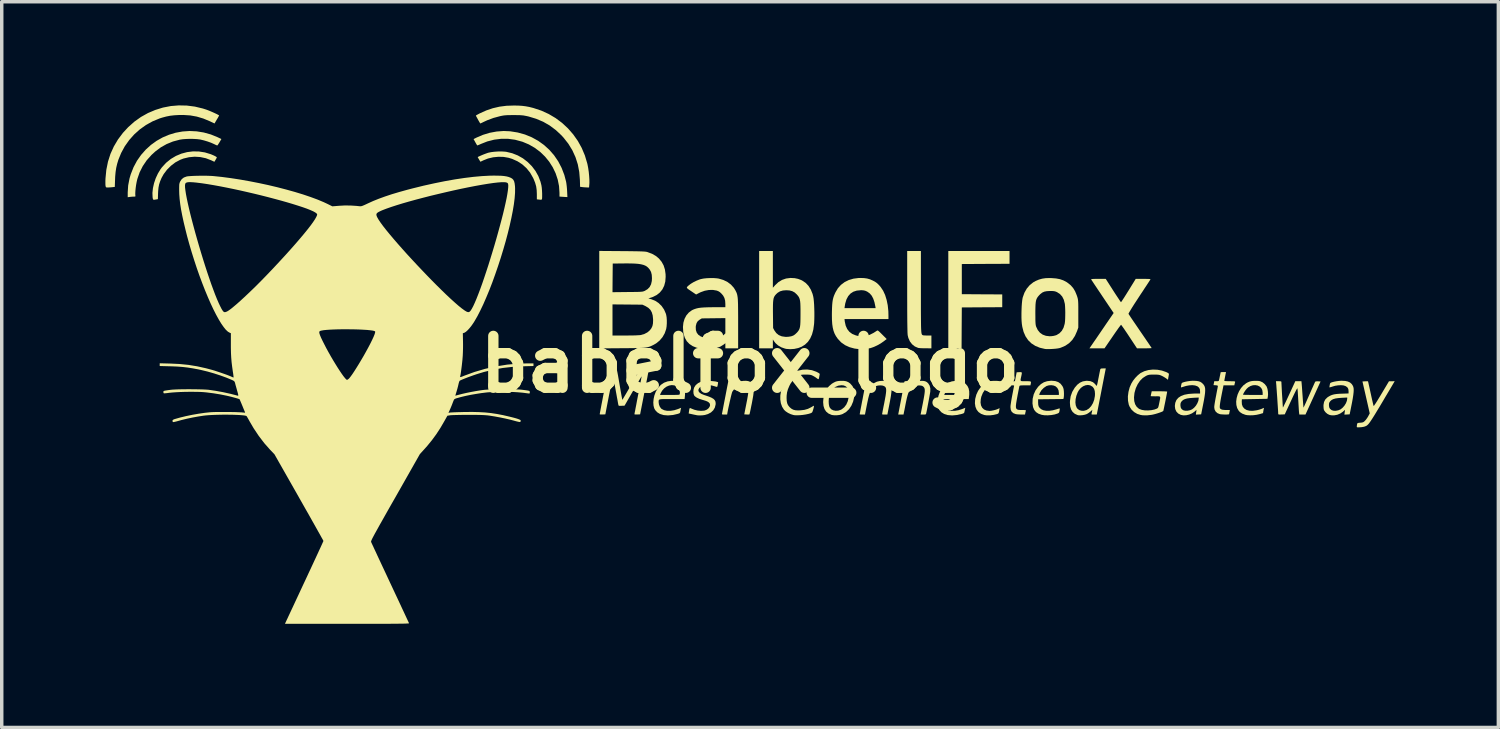
<source format=kicad_pcb>
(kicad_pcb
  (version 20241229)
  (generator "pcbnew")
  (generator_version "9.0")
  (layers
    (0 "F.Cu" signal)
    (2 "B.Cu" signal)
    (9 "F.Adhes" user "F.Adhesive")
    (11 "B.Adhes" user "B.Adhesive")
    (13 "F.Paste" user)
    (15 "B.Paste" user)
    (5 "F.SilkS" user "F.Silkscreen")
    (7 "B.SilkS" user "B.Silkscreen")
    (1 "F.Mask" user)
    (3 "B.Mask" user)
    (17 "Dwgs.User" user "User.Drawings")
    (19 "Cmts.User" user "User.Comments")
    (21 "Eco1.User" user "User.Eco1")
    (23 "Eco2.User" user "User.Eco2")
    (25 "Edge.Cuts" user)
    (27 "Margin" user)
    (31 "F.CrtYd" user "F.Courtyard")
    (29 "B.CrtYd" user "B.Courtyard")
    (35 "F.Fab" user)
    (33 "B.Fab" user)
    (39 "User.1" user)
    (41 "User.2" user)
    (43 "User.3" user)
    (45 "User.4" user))
  (footprint "babelfox_logo"
    (layer "F.Cu")
    (at 18.655 7.493)
    (property "Reference" "babelfox_logo" (at 0 0 0) (layer "F.SilkS") (effects (font (size 1.5 1.5) (thickness 0.3))))
    (attr board_only exclude_from_pos_files exclude_from_bom)
    (fp_poly (pts (xy 7.51 -3.094) (xy 7.51 -2.909) (xy 6.819 -2.906) (xy 6.129 -2.902) (xy 6.129 -2.466) (xy 6.129 -2.03) (xy 6.714 -2.026) (xy 7.299 -2.023) (xy 7.299 -1.838) (xy 7.299 -1.653) (xy 6.714 -1.65) (xy 6.129 -1.646) (xy 6.125 -1.054) (xy 6.122 -0.463) (xy 5.93 -0.463) (xy 5.738 -0.463) (xy 5.738 -1.871) (xy 5.738 -3.279) (xy 6.624 -3.279) (xy 7.51 -3.279)) (stroke (width 0) (type solid)) (fill yes) (layer "F.SilkS"))
    (fp_poly (pts (xy -15.948 -6.159) (xy -15.775 -6.132) (xy -15.604 -6.08) (xy -15.513 -6.041) (xy -15.472 -6.02) (xy -15.442 -6.001) (xy -15.43 -5.99) (xy -15.43 -5.99) (xy -15.437 -5.972) (xy -15.453 -5.941) (xy -15.466 -5.919) (xy -15.501 -5.861) (xy -15.595 -5.905) (xy -15.748 -5.964) (xy -15.909 -5.998) (xy -16.073 -6.008) (xy -16.236 -5.993) (xy -16.396 -5.955) (xy -16.493 -5.917) (xy -16.631 -5.843) (xy -16.758 -5.746) (xy -16.872 -5.632) (xy -16.968 -5.505) (xy -17.031 -5.392) (xy -17.071 -5.296) (xy -17.1 -5.207) (xy -17.118 -5.116) (xy -17.128 -5.012) (xy -17.131 -4.952) (xy -17.136 -4.78) (xy -17.186 -4.771) (xy -17.234 -4.763) (xy -17.263 -4.763) (xy -17.277 -4.776) (xy -17.285 -4.806) (xy -17.289 -4.834) (xy -17.294 -4.961) (xy -17.279 -5.099) (xy -17.247 -5.242) (xy -17.199 -5.384) (xy -17.136 -5.52) (xy -17.061 -5.644) (xy -17.018 -5.702) (xy -16.897 -5.833) (xy -16.761 -5.943) (xy -16.613 -6.031) (xy -16.455 -6.097) (xy -16.29 -6.141) (xy -16.12 -6.162)) (stroke (width 0) (type solid)) (fill yes) (layer "F.SilkS"))
    (fp_poly (pts (xy 4.945 -2.102) (xy 4.945 -1.893) (xy 4.945 -1.709) (xy 4.945 -1.549) (xy 4.946 -1.41) (xy 4.947 -1.291) (xy 4.948 -1.191) (xy 4.949 -1.107) (xy 4.951 -1.038) (xy 4.954 -0.984) (xy 4.957 -0.941) (xy 4.961 -0.908) (xy 4.966 -0.884) (xy 4.972 -0.868) (xy 4.979 -0.857) (xy 4.987 -0.85) (xy 4.996 -0.845) (xy 5.005 -0.841) (xy 5.028 -0.837) (xy 5.069 -0.835) (xy 5.121 -0.833) (xy 5.138 -0.833) (xy 5.249 -0.833) (xy 5.249 -0.648) (xy 5.249 -0.463) (xy 5.074 -0.464) (xy 5.006 -0.465) (xy 4.944 -0.467) (xy 4.896 -0.471) (xy 4.868 -0.475) (xy 4.866 -0.475) (xy 4.769 -0.517) (xy 4.69 -0.58) (xy 4.627 -0.662) (xy 4.582 -0.763) (xy 4.563 -0.841) (xy 4.56 -0.871) (xy 4.557 -0.926) (xy 4.555 -1.008) (xy 4.553 -1.115) (xy 4.551 -1.247) (xy 4.55 -1.405) (xy 4.549 -1.588) (xy 4.549 -1.795) (xy 4.548 -2.027) (xy 4.548 -2.098) (xy 4.548 -3.279) (xy 4.747 -3.279) (xy 4.945 -3.279)) (stroke (width 0) (type solid)) (fill yes) (layer "F.SilkS"))
    (fp_poly (pts (xy -6.944 -6.744) (xy -6.724 -6.709) (xy -6.514 -6.651) (xy -6.316 -6.57) (xy -6.131 -6.468) (xy -5.961 -6.346) (xy -5.806 -6.205) (xy -5.669 -6.047) (xy -5.55 -5.872) (xy -5.451 -5.681) (xy -5.373 -5.477) (xy -5.322 -5.282) (xy -5.313 -5.225) (xy -5.304 -5.152) (xy -5.297 -5.073) (xy -5.293 -5.008) (xy -5.285 -4.839) (xy -5.33 -4.842) (xy -5.37 -4.844) (xy -5.421 -4.848) (xy -5.444 -4.849) (xy -5.514 -4.854) (xy -5.514 -4.962) (xy -5.527 -5.157) (xy -5.565 -5.346) (xy -5.626 -5.529) (xy -5.709 -5.702) (xy -5.812 -5.864) (xy -5.934 -6.013) (xy -6.074 -6.148) (xy -6.23 -6.265) (xy -6.4 -6.363) (xy -6.583 -6.44) (xy -6.6 -6.445) (xy -6.8 -6.499) (xy -7.001 -6.526) (xy -7.203 -6.526) (xy -7.403 -6.501) (xy -7.603 -6.45) (xy -7.786 -6.378) (xy -7.833 -6.357) (xy -7.87 -6.342) (xy -7.891 -6.335) (xy -7.894 -6.335) (xy -7.903 -6.347) (xy -7.921 -6.376) (xy -7.944 -6.417) (xy -7.95 -6.428) (xy -8 -6.518) (xy -7.911 -6.563) (xy -7.728 -6.641) (xy -7.533 -6.7) (xy -7.333 -6.737) (xy -7.131 -6.752)) (stroke (width 0) (type solid)) (fill yes) (layer "F.SilkS"))
    (fp_poly (pts (xy -7.091 -6.154) (xy -7.051 -6.149) (xy -6.881 -6.108) (xy -6.721 -6.045) (xy -6.571 -5.96) (xy -6.435 -5.855) (xy -6.314 -5.734) (xy -6.21 -5.597) (xy -6.126 -5.447) (xy -6.064 -5.286) (xy -6.037 -5.18) (xy -6.027 -5.114) (xy -6.02 -5.031) (xy -6.016 -4.943) (xy -6.016 -4.919) (xy -6.016 -4.851) (xy -6.017 -4.806) (xy -6.022 -4.778) (xy -6.034 -4.765) (xy -6.056 -4.762) (xy -6.091 -4.766) (xy -6.122 -4.769) (xy -6.169 -4.774) (xy -6.169 -4.923) (xy -6.174 -5.043) (xy -6.189 -5.15) (xy -6.219 -5.254) (xy -6.263 -5.364) (xy -6.281 -5.401) (xy -6.365 -5.548) (xy -6.469 -5.676) (xy -6.591 -5.786) (xy -6.73 -5.876) (xy -6.884 -5.945) (xy -6.988 -5.977) (xy -7.13 -6.002) (xy -7.281 -6.006) (xy -7.434 -5.991) (xy -7.582 -5.956) (xy -7.709 -5.906) (xy -7.802 -5.862) (xy -7.841 -5.926) (xy -7.862 -5.962) (xy -7.877 -5.987) (xy -7.88 -5.995) (xy -7.869 -6.004) (xy -7.838 -6.019) (xy -7.793 -6.039) (xy -7.74 -6.062) (xy -7.684 -6.084) (xy -7.63 -6.104) (xy -7.585 -6.12) (xy -7.575 -6.123) (xy -7.494 -6.14) (xy -7.397 -6.152) (xy -7.291 -6.159) (xy -7.186 -6.16)) (stroke (width 0) (type solid)) (fill yes) (layer "F.SilkS"))
    (fp_poly (pts (xy 7.124 0.478) (xy 7.192 0.483) (xy 7.256 0.493) (xy 7.309 0.505) (xy 7.346 0.519) (xy 7.359 0.53) (xy 7.361 0.549) (xy 7.358 0.584) (xy 7.352 0.621) (xy 7.343 0.652) (xy 7.34 0.659) (xy 7.324 0.665) (xy 7.291 0.654) (xy 7.278 0.648) (xy 7.183 0.614) (xy 7.086 0.603) (xy 6.992 0.615) (xy 6.905 0.648) (xy 6.829 0.703) (xy 6.804 0.73) (xy 6.739 0.825) (xy 6.694 0.935) (xy 6.678 1.008) (xy 6.671 1.107) (xy 6.685 1.19) (xy 6.719 1.257) (xy 6.771 1.307) (xy 6.842 1.337) (xy 6.93 1.349) (xy 6.933 1.349) (xy 6.985 1.344) (xy 7.049 1.331) (xy 7.114 1.314) (xy 7.169 1.294) (xy 7.184 1.287) (xy 7.222 1.267) (xy 7.213 1.325) (xy 7.204 1.376) (xy 7.195 1.407) (xy 7.181 1.425) (xy 7.16 1.436) (xy 7.149 1.44) (xy 7.049 1.464) (xy 6.946 1.477) (xy 6.849 1.477) (xy 6.78 1.467) (xy 6.686 1.433) (xy 6.612 1.381) (xy 6.558 1.313) (xy 6.523 1.228) (xy 6.508 1.128) (xy 6.515 1.014) (xy 6.518 0.995) (xy 6.549 0.878) (xy 6.6 0.768) (xy 6.668 0.671) (xy 6.749 0.59) (xy 6.84 0.529) (xy 6.846 0.526) (xy 6.893 0.505) (xy 6.934 0.491) (xy 6.98 0.483) (xy 7.041 0.479) (xy 7.057 0.478)) (stroke (width 0) (type solid)) (fill yes) (layer "F.SilkS"))
    (fp_poly (pts (xy -16.014 -6.742) (xy -15.809 -6.709) (xy -15.604 -6.652) (xy -15.421 -6.578) (xy -15.298 -6.52) (xy -15.352 -6.427) (xy -15.379 -6.384) (xy -15.401 -6.351) (xy -15.416 -6.334) (xy -15.419 -6.333) (xy -15.436 -6.339) (xy -15.47 -6.354) (xy -15.511 -6.374) (xy -15.596 -6.412) (xy -15.697 -6.448) (xy -15.803 -6.48) (xy -15.904 -6.504) (xy -15.92 -6.507) (xy -16.002 -6.517) (xy -16.102 -6.523) (xy -16.209 -6.525) (xy -16.316 -6.521) (xy -16.414 -6.514) (xy -16.495 -6.502) (xy -16.501 -6.501) (xy -16.7 -6.448) (xy -16.882 -6.374) (xy -17.051 -6.279) (xy -17.209 -6.161) (xy -17.323 -6.057) (xy -17.46 -5.903) (xy -17.573 -5.736) (xy -17.663 -5.558) (xy -17.729 -5.368) (xy -17.738 -5.334) (xy -17.753 -5.265) (xy -17.767 -5.187) (xy -17.778 -5.107) (xy -17.786 -5.029) (xy -17.79 -4.961) (xy -17.79 -4.909) (xy -17.788 -4.889) (xy -17.785 -4.866) (xy -17.794 -4.855) (xy -17.821 -4.853) (xy -17.833 -4.853) (xy -17.881 -4.851) (xy -17.935 -4.846) (xy -17.947 -4.844) (xy -18.009 -4.836) (xy -18.009 -4.974) (xy -17.996 -5.176) (xy -17.957 -5.378) (xy -17.921 -5.5) (xy -17.841 -5.703) (xy -17.741 -5.89) (xy -17.622 -6.06) (xy -17.486 -6.214) (xy -17.336 -6.35) (xy -17.172 -6.468) (xy -16.998 -6.566) (xy -16.813 -6.644) (xy -16.621 -6.702) (xy -16.422 -6.738) (xy -16.22 -6.752)) (stroke (width 0) (type solid)) (fill yes) (layer "F.SilkS"))
    (fp_poly (pts (xy -16.298 -7.488) (xy -16.065 -7.458) (xy -15.832 -7.402) (xy -15.73 -7.369) (xy -15.679 -7.35) (xy -15.62 -7.326) (xy -15.557 -7.299) (xy -15.497 -7.272) (xy -15.442 -7.246) (xy -15.399 -7.224) (xy -15.371 -7.208) (xy -15.364 -7.201) (xy -15.371 -7.188) (xy -15.387 -7.157) (xy -15.412 -7.114) (xy -15.431 -7.083) (xy -15.497 -6.97) (xy -15.632 -7.034) (xy -15.822 -7.113) (xy -16.01 -7.169) (xy -16.2 -7.203) (xy -16.4 -7.216) (xy -16.521 -7.215) (xy -16.661 -7.207) (xy -16.783 -7.193) (xy -16.898 -7.17) (xy -17.016 -7.138) (xy -17.085 -7.116) (xy -17.288 -7.032) (xy -17.48 -6.926) (xy -17.658 -6.799) (xy -17.821 -6.653) (xy -17.966 -6.49) (xy -18.093 -6.311) (xy -18.198 -6.118) (xy -18.279 -5.92) (xy -18.315 -5.801) (xy -18.342 -5.685) (xy -18.36 -5.564) (xy -18.372 -5.43) (xy -18.375 -5.353) (xy -18.383 -5.134) (xy -18.462 -5.125) (xy -18.515 -5.121) (xy -18.567 -5.118) (xy -18.592 -5.117) (xy -18.625 -5.119) (xy -18.641 -5.13) (xy -18.65 -5.159) (xy -18.651 -5.166) (xy -18.654 -5.198) (xy -18.655 -5.249) (xy -18.655 -5.313) (xy -18.652 -5.381) (xy -18.628 -5.628) (xy -18.58 -5.865) (xy -18.508 -6.09) (xy -18.411 -6.304) (xy -18.291 -6.507) (xy -18.147 -6.699) (xy -17.996 -6.862) (xy -17.818 -7.021) (xy -17.626 -7.158) (xy -17.422 -7.272) (xy -17.209 -7.362) (xy -16.989 -7.43) (xy -16.762 -7.474) (xy -16.531 -7.493)) (stroke (width 0) (type solid)) (fill yes) (layer "F.SilkS"))
    (fp_poly (pts (xy 2.782 0.49) (xy 2.844 0.516) (xy 2.901 0.557) (xy 2.901 0.557) (xy 2.964 0.629) (xy 3.005 0.713) (xy 3.022 0.811) (xy 3.018 0.923) (xy 3.015 0.944) (xy 2.983 1.079) (xy 2.933 1.197) (xy 2.867 1.296) (xy 2.784 1.376) (xy 2.686 1.435) (xy 2.658 1.447) (xy 2.593 1.465) (xy 2.517 1.474) (xy 2.441 1.475) (xy 2.374 1.467) (xy 2.356 1.462) (xy 2.269 1.423) (xy 2.202 1.367) (xy 2.155 1.294) (xy 2.126 1.203) (xy 2.116 1.093) (xy 2.116 1.091) (xy 2.117 1.077) (xy 2.276 1.077) (xy 2.28 1.151) (xy 2.292 1.215) (xy 2.308 1.253) (xy 2.35 1.301) (xy 2.408 1.331) (xy 2.477 1.345) (xy 2.551 1.341) (xy 2.624 1.317) (xy 2.65 1.304) (xy 2.726 1.244) (xy 2.786 1.165) (xy 2.829 1.067) (xy 2.854 0.955) (xy 2.855 0.95) (xy 2.86 0.844) (xy 2.849 0.756) (xy 2.82 0.688) (xy 2.775 0.64) (xy 2.714 0.612) (xy 2.648 0.605) (xy 2.554 0.618) (xy 2.471 0.654) (xy 2.401 0.713) (xy 2.344 0.793) (xy 2.302 0.894) (xy 2.292 0.928) (xy 2.28 1) (xy 2.276 1.077) (xy 2.117 1.077) (xy 2.127 0.96) (xy 2.159 0.839) (xy 2.212 0.73) (xy 2.282 0.636) (xy 2.37 0.56) (xy 2.422 0.529) (xy 2.472 0.504) (xy 2.516 0.49) (xy 2.566 0.482) (xy 2.615 0.478) (xy 2.707 0.478)) (stroke (width 0) (type solid)) (fill yes) (layer "F.SilkS"))
    (fp_poly (pts (xy 18.587 0.606) (xy 18.477 0.792) (xy 18.379 0.956) (xy 18.294 1.101) (xy 18.219 1.227) (xy 18.153 1.335) (xy 18.097 1.428) (xy 18.049 1.506) (xy 18.008 1.571) (xy 17.973 1.624) (xy 17.944 1.667) (xy 17.919 1.701) (xy 17.898 1.727) (xy 17.879 1.747) (xy 17.862 1.762) (xy 17.846 1.774) (xy 17.831 1.783) (xy 17.82 1.788) (xy 17.772 1.806) (xy 17.704 1.818) (xy 17.665 1.821) (xy 17.613 1.824) (xy 17.581 1.824) (xy 17.565 1.82) (xy 17.56 1.811) (xy 17.559 1.802) (xy 17.562 1.769) (xy 17.567 1.735) (xy 17.573 1.714) (xy 17.584 1.701) (xy 17.606 1.695) (xy 17.647 1.691) (xy 17.66 1.69) (xy 17.709 1.685) (xy 17.742 1.676) (xy 17.769 1.659) (xy 17.795 1.635) (xy 17.828 1.597) (xy 17.864 1.546) (xy 17.89 1.503) (xy 17.934 1.419) (xy 17.829 0.957) (xy 17.723 0.496) (xy 17.801 0.492) (xy 17.844 0.49) (xy 17.874 0.491) (xy 17.884 0.492) (xy 17.887 0.505) (xy 17.896 0.541) (xy 17.908 0.596) (xy 17.924 0.667) (xy 17.942 0.75) (xy 17.962 0.842) (xy 17.963 0.846) (xy 17.983 0.939) (xy 18.002 1.023) (xy 18.019 1.096) (xy 18.032 1.153) (xy 18.042 1.191) (xy 18.048 1.207) (xy 18.048 1.207) (xy 18.057 1.199) (xy 18.077 1.17) (xy 18.108 1.124) (xy 18.147 1.063) (xy 18.192 0.989) (xy 18.243 0.906) (xy 18.274 0.854) (xy 18.491 0.49) (xy 18.574 0.49) (xy 18.656 0.489)) (stroke (width 0) (type solid)) (fill yes) (layer "F.SilkS"))
    (fp_poly (pts (xy 8.835 0.485) (xy 8.92 0.514) (xy 8.988 0.563) (xy 9.041 0.632) (xy 9.064 0.68) (xy 9.075 0.721) (xy 9.082 0.779) (xy 9.085 0.844) (xy 9.084 0.908) (xy 9.079 0.96) (xy 9.076 0.97) (xy 9.068 1.004) (xy 8.702 1.008) (xy 8.337 1.012) (xy 8.337 1.106) (xy 8.341 1.175) (xy 8.357 1.227) (xy 8.388 1.268) (xy 8.434 1.304) (xy 8.494 1.331) (xy 8.572 1.345) (xy 8.663 1.345) (xy 8.762 1.331) (xy 8.864 1.303) (xy 8.866 1.303) (xy 8.911 1.288) (xy 8.945 1.279) (xy 8.962 1.276) (xy 8.962 1.276) (xy 8.963 1.29) (xy 8.96 1.322) (xy 8.957 1.342) (xy 8.949 1.382) (xy 8.935 1.405) (xy 8.91 1.42) (xy 8.9 1.424) (xy 8.817 1.451) (xy 8.72 1.468) (xy 8.618 1.476) (xy 8.52 1.474) (xy 8.442 1.462) (xy 8.349 1.43) (xy 8.276 1.382) (xy 8.224 1.319) (xy 8.19 1.238) (xy 8.175 1.138) (xy 8.174 1.13) (xy 8.179 0.998) (xy 8.206 0.886) (xy 8.368 0.886) (xy 8.653 0.886) (xy 8.938 0.886) (xy 8.938 0.825) (xy 8.927 0.748) (xy 8.893 0.684) (xy 8.844 0.638) (xy 8.788 0.614) (xy 8.719 0.604) (xy 8.649 0.608) (xy 8.586 0.626) (xy 8.58 0.628) (xy 8.5 0.682) (xy 8.435 0.748) (xy 8.389 0.823) (xy 8.377 0.856) (xy 8.368 0.886) (xy 8.206 0.886) (xy 8.209 0.872) (xy 8.262 0.755) (xy 8.337 0.651) (xy 8.34 0.647) (xy 8.419 0.572) (xy 8.503 0.52) (xy 8.597 0.489) (xy 8.706 0.476) (xy 8.733 0.476)) (stroke (width 0) (type solid)) (fill yes) (layer "F.SilkS"))
    (fp_poly (pts (xy -6.707 -7.487) (xy -6.595 -7.48) (xy -6.492 -7.467) (xy -6.389 -7.448) (xy -6.278 -7.42) (xy -6.267 -7.417) (xy -6.041 -7.342) (xy -5.826 -7.244) (xy -5.625 -7.125) (xy -5.439 -6.986) (xy -5.269 -6.828) (xy -5.117 -6.654) (xy -4.983 -6.464) (xy -4.87 -6.26) (xy -4.779 -6.044) (xy -4.711 -5.816) (xy -4.702 -5.778) (xy -4.683 -5.678) (xy -4.667 -5.568) (xy -4.656 -5.455) (xy -4.649 -5.347) (xy -4.648 -5.253) (xy -4.651 -5.206) (xy -4.658 -5.117) (xy -4.725 -5.119) (xy -4.781 -5.122) (xy -4.839 -5.127) (xy -4.856 -5.129) (xy -4.918 -5.137) (xy -4.923 -5.335) (xy -4.942 -5.566) (xy -4.984 -5.786) (xy -5.051 -5.995) (xy -5.142 -6.194) (xy -5.257 -6.382) (xy -5.396 -6.559) (xy -5.458 -6.627) (xy -5.622 -6.78) (xy -5.797 -6.911) (xy -5.985 -7.019) (xy -6.188 -7.105) (xy -6.406 -7.171) (xy -6.454 -7.182) (xy -6.509 -7.193) (xy -6.559 -7.202) (xy -6.612 -7.207) (xy -6.673 -7.211) (xy -6.748 -7.212) (xy -6.843 -7.213) (xy -6.938 -7.212) (xy -7.013 -7.211) (xy -7.073 -7.207) (xy -7.126 -7.202) (xy -7.177 -7.193) (xy -7.231 -7.182) (xy -7.424 -7.13) (xy -7.604 -7.063) (xy -7.7 -7.019) (xy -7.747 -6.996) (xy -7.783 -6.979) (xy -7.804 -6.971) (xy -7.807 -6.971) (xy -7.817 -6.986) (xy -7.836 -7.018) (xy -7.86 -7.059) (xy -7.884 -7.104) (xy -7.907 -7.146) (xy -7.925 -7.179) (xy -7.933 -7.196) (xy -7.933 -7.197) (xy -7.922 -7.207) (xy -7.893 -7.224) (xy -7.85 -7.247) (xy -7.828 -7.259) (xy -7.635 -7.346) (xy -7.444 -7.411) (xy -7.25 -7.456) (xy -7.047 -7.482) (xy -6.836 -7.489)) (stroke (width 0) (type solid)) (fill yes) (layer "F.SilkS"))
    (fp_poly (pts (xy 5.066 0.489) (xy 5.115 0.513) (xy 5.155 0.549) (xy 5.198 0.617) (xy 5.218 0.698) (xy 5.217 0.78) (xy 5.213 0.811) (xy 5.204 0.862) (xy 5.192 0.93) (xy 5.178 1.008) (xy 5.162 1.093) (xy 5.146 1.178) (xy 5.131 1.258) (xy 5.117 1.33) (xy 5.105 1.387) (xy 5.097 1.425) (xy 5.09 1.442) (xy 5.076 1.451) (xy 5.046 1.454) (xy 5.013 1.454) (xy 4.936 1.454) (xy 5.001 1.127) (xy 5.023 1.01) (xy 5.04 0.916) (xy 5.051 0.841) (xy 5.057 0.783) (xy 5.057 0.739) (xy 5.052 0.705) (xy 5.042 0.679) (xy 5.027 0.658) (xy 5.02 0.651) (xy 4.992 0.629) (xy 4.957 0.617) (xy 4.907 0.611) (xy 4.828 0.612) (xy 4.763 0.63) (xy 4.701 0.667) (xy 4.682 0.683) (xy 4.65 0.713) (xy 4.623 0.746) (xy 4.6 0.786) (xy 4.579 0.836) (xy 4.559 0.899) (xy 4.538 0.98) (xy 4.516 1.081) (xy 4.501 1.155) (xy 4.485 1.24) (xy 4.47 1.315) (xy 4.457 1.377) (xy 4.448 1.422) (xy 4.444 1.447) (xy 4.443 1.451) (xy 4.431 1.453) (xy 4.4 1.454) (xy 4.365 1.454) (xy 4.288 1.454) (xy 4.318 1.299) (xy 4.329 1.241) (xy 4.344 1.162) (xy 4.362 1.07) (xy 4.381 0.97) (xy 4.401 0.868) (xy 4.411 0.816) (xy 4.474 0.489) (xy 4.552 0.489) (xy 4.596 0.49) (xy 4.618 0.493) (xy 4.626 0.502) (xy 4.624 0.519) (xy 4.624 0.519) (xy 4.616 0.553) (xy 4.608 0.594) (xy 4.607 0.595) (xy 4.598 0.641) (xy 4.652 0.592) (xy 4.724 0.536) (xy 4.797 0.501) (xy 4.88 0.482) (xy 4.92 0.479) (xy 5.002 0.478)) (stroke (width 0) (type solid)) (fill yes) (layer "F.SilkS"))
    (fp_poly (pts (xy 14.727 0.482) (xy 14.762 0.489) (xy 14.831 0.52) (xy 14.893 0.57) (xy 14.943 0.632) (xy 14.954 0.653) (xy 14.975 0.714) (xy 14.987 0.791) (xy 14.991 0.87) (xy 14.985 0.939) (xy 14.974 0.998) (xy 14.604 1.005) (xy 14.234 1.012) (xy 14.23 1.077) (xy 14.235 1.161) (xy 14.261 1.23) (xy 14.308 1.284) (xy 14.372 1.322) (xy 14.453 1.343) (xy 14.548 1.346) (xy 14.658 1.331) (xy 14.694 1.323) (xy 14.749 1.308) (xy 14.799 1.291) (xy 14.834 1.276) (xy 14.837 1.275) (xy 14.864 1.263) (xy 14.873 1.263) (xy 14.871 1.273) (xy 14.865 1.297) (xy 14.858 1.336) (xy 14.855 1.352) (xy 14.846 1.412) (xy 14.748 1.441) (xy 14.66 1.461) (xy 14.565 1.473) (xy 14.471 1.476) (xy 14.386 1.471) (xy 14.334 1.461) (xy 14.245 1.427) (xy 14.177 1.382) (xy 14.14 1.341) (xy 14.097 1.265) (xy 14.074 1.175) (xy 14.069 1.078) (xy 14.082 0.977) (xy 14.109 0.879) (xy 14.267 0.879) (xy 14.279 0.881) (xy 14.315 0.883) (xy 14.369 0.884) (xy 14.438 0.885) (xy 14.518 0.886) (xy 14.551 0.886) (xy 14.835 0.886) (xy 14.835 0.815) (xy 14.824 0.744) (xy 14.794 0.686) (xy 14.748 0.643) (xy 14.69 0.614) (xy 14.624 0.602) (xy 14.553 0.606) (xy 14.483 0.628) (xy 14.415 0.669) (xy 14.37 0.711) (xy 14.341 0.747) (xy 14.312 0.789) (xy 14.287 0.831) (xy 14.271 0.864) (xy 14.267 0.879) (xy 14.109 0.879) (xy 14.11 0.875) (xy 14.153 0.778) (xy 14.209 0.688) (xy 14.277 0.61) (xy 14.357 0.548) (xy 14.394 0.527) (xy 14.448 0.503) (xy 14.496 0.489) (xy 14.552 0.481) (xy 14.592 0.479) (xy 14.664 0.478)) (stroke (width 0) (type solid)) (fill yes) (layer "F.SilkS"))
    (fp_poly (pts (xy 3.905 0.481) (xy 3.969 0.496) (xy 4.018 0.525) (xy 4.057 0.571) (xy 4.07 0.595) (xy 4.084 0.628) (xy 4.093 0.667) (xy 4.096 0.715) (xy 4.094 0.774) (xy 4.086 0.848) (xy 4.073 0.939) (xy 4.053 1.051) (xy 4.032 1.16) (xy 3.975 1.454) (xy 3.898 1.454) (xy 3.857 1.453) (xy 3.829 1.449) (xy 3.821 1.445) (xy 3.824 1.43) (xy 3.831 1.393) (xy 3.841 1.337) (xy 3.855 1.267) (xy 3.871 1.185) (xy 3.882 1.132) (xy 3.905 1.01) (xy 3.923 0.911) (xy 3.934 0.832) (xy 3.94 0.771) (xy 3.939 0.724) (xy 3.933 0.689) (xy 3.92 0.664) (xy 3.901 0.644) (xy 3.875 0.629) (xy 3.874 0.628) (xy 3.825 0.613) (xy 3.763 0.609) (xy 3.7 0.615) (xy 3.653 0.628) (xy 3.603 0.652) (xy 3.562 0.68) (xy 3.527 0.715) (xy 3.497 0.761) (xy 3.47 0.819) (xy 3.445 0.894) (xy 3.421 0.987) (xy 3.396 1.103) (xy 3.384 1.161) (xy 3.326 1.454) (xy 3.25 1.454) (xy 3.209 1.453) (xy 3.181 1.45) (xy 3.173 1.446) (xy 3.176 1.432) (xy 3.183 1.395) (xy 3.193 1.339) (xy 3.206 1.269) (xy 3.222 1.187) (xy 3.239 1.096) (xy 3.258 1.002) (xy 3.276 0.906) (xy 3.294 0.814) (xy 3.311 0.728) (xy 3.325 0.652) (xy 3.338 0.59) (xy 3.347 0.545) (xy 3.352 0.52) (xy 3.352 0.519) (xy 3.359 0.502) (xy 3.375 0.493) (xy 3.406 0.49) (xy 3.431 0.489) (xy 3.473 0.49) (xy 3.495 0.495) (xy 3.503 0.506) (xy 3.504 0.519) (xy 3.5 0.553) (xy 3.492 0.592) (xy 3.479 0.635) (xy 3.533 0.589) (xy 3.604 0.536) (xy 3.674 0.502) (xy 3.752 0.484) (xy 3.821 0.479)) (stroke (width 0) (type solid)) (fill yes) (layer "F.SilkS"))
    (fp_poly (pts (xy 13.75 0.347) (xy 13.739 0.401) (xy 13.731 0.445) (xy 13.726 0.473) (xy 13.725 0.479) (xy 13.738 0.483) (xy 13.771 0.486) (xy 13.821 0.488) (xy 13.882 0.489) (xy 13.884 0.489) (xy 13.952 0.49) (xy 13.996 0.491) (xy 14.023 0.494) (xy 14.036 0.499) (xy 14.039 0.507) (xy 14.038 0.512) (xy 14.03 0.543) (xy 14.023 0.572) (xy 14.015 0.608) (xy 13.859 0.608) (xy 13.702 0.608) (xy 13.647 0.883) (xy 13.625 0.997) (xy 13.609 1.089) (xy 13.599 1.16) (xy 13.594 1.213) (xy 13.594 1.249) (xy 13.6 1.273) (xy 13.603 1.277) (xy 13.629 1.3) (xy 13.673 1.315) (xy 13.738 1.321) (xy 13.778 1.322) (xy 13.886 1.322) (xy 13.876 1.378) (xy 13.869 1.415) (xy 13.863 1.44) (xy 13.861 1.445) (xy 13.846 1.449) (xy 13.811 1.452) (xy 13.764 1.453) (xy 13.711 1.452) (xy 13.659 1.449) (xy 13.616 1.445) (xy 13.596 1.442) (xy 13.527 1.413) (xy 13.475 1.367) (xy 13.443 1.305) (xy 13.434 1.241) (xy 13.436 1.209) (xy 13.443 1.156) (xy 13.454 1.088) (xy 13.468 1.009) (xy 13.484 0.924) (xy 13.487 0.91) (xy 13.502 0.829) (xy 13.516 0.755) (xy 13.528 0.695) (xy 13.536 0.651) (xy 13.539 0.628) (xy 13.539 0.625) (xy 13.527 0.615) (xy 13.494 0.607) (xy 13.476 0.606) (xy 13.413 0.602) (xy 13.424 0.545) (xy 13.435 0.489) (xy 13.5 0.489) (xy 13.54 0.488) (xy 13.561 0.481) (xy 13.571 0.466) (xy 13.572 0.459) (xy 13.579 0.429) (xy 13.588 0.386) (xy 13.598 0.337) (xy 13.608 0.291) (xy 13.615 0.253) (xy 13.619 0.232) (xy 13.619 0.231) (xy 13.631 0.227) (xy 13.662 0.225) (xy 13.696 0.225) (xy 13.774 0.225)) (stroke (width 0) (type solid)) (fill yes) (layer "F.SilkS"))
    (fp_poly (pts (xy -2.118 0.488) (xy -2.058 0.51) (xy -2.005 0.547) (xy -1.982 0.568) (xy -1.931 0.629) (xy -1.898 0.698) (xy -1.881 0.779) (xy -1.881 0.876) (xy -1.886 0.935) (xy -1.894 1.005) (xy -2.261 1.005) (xy -2.372 1.005) (xy -2.459 1.005) (xy -2.526 1.006) (xy -2.574 1.009) (xy -2.607 1.015) (xy -2.628 1.023) (xy -2.639 1.036) (xy -2.644 1.053) (xy -2.645 1.075) (xy -2.644 1.102) (xy -2.635 1.166) (xy -2.61 1.228) (xy -2.574 1.277) (xy -2.557 1.292) (xy -2.485 1.328) (xy -2.398 1.346) (xy -2.298 1.346) (xy -2.191 1.328) (xy -2.08 1.293) (xy -2.074 1.29) (xy -1.994 1.258) (xy -2.001 1.287) (xy -2.008 1.319) (xy -2.016 1.361) (xy -2.017 1.365) (xy -2.024 1.395) (xy -2.037 1.413) (xy -2.064 1.425) (xy -2.095 1.435) (xy -2.239 1.467) (xy -2.375 1.479) (xy -2.499 1.469) (xy -2.51 1.467) (xy -2.606 1.437) (xy -2.684 1.389) (xy -2.744 1.325) (xy -2.773 1.272) (xy -2.793 1.194) (xy -2.799 1.102) (xy -2.79 1.002) (xy -2.768 0.901) (xy -2.762 0.886) (xy -2.605 0.886) (xy -2.322 0.886) (xy -2.229 0.886) (xy -2.159 0.885) (xy -2.108 0.884) (xy -2.074 0.882) (xy -2.052 0.879) (xy -2.04 0.873) (xy -2.035 0.866) (xy -2.032 0.856) (xy -2.03 0.801) (xy -2.046 0.741) (xy -2.077 0.686) (xy -2.117 0.643) (xy -2.122 0.64) (xy -2.192 0.609) (xy -2.267 0.601) (xy -2.344 0.615) (xy -2.418 0.647) (xy -2.486 0.697) (xy -2.544 0.763) (xy -2.585 0.837) (xy -2.605 0.886) (xy -2.762 0.886) (xy -2.732 0.805) (xy -2.723 0.785) (xy -2.657 0.677) (xy -2.579 0.593) (xy -2.488 0.532) (xy -2.385 0.494) (xy -2.279 0.479) (xy -2.189 0.478)) (stroke (width 0) (type solid)) (fill yes) (layer "F.SilkS"))
    (fp_poly (pts (xy 1.791 0.17) (xy 1.916 0.214) (xy 1.928 0.22) (xy 1.98 0.247) (xy 2.011 0.269) (xy 2.018 0.284) (xy 2.013 0.306) (xy 2.006 0.344) (xy 2.003 0.362) (xy 1.995 0.4) (xy 1.987 0.425) (xy 1.983 0.43) (xy 1.967 0.427) (xy 1.941 0.41) (xy 1.933 0.404) (xy 1.899 0.379) (xy 1.854 0.351) (xy 1.823 0.334) (xy 1.788 0.317) (xy 1.756 0.307) (xy 1.721 0.301) (xy 1.673 0.298) (xy 1.613 0.298) (xy 1.548 0.298) (xy 1.501 0.301) (xy 1.465 0.308) (xy 1.431 0.319) (xy 1.4 0.334) (xy 1.315 0.389) (xy 1.237 0.467) (xy 1.17 0.563) (xy 1.138 0.625) (xy 1.097 0.722) (xy 1.072 0.81) (xy 1.06 0.901) (xy 1.058 0.974) (xy 1.062 1.059) (xy 1.075 1.126) (xy 1.099 1.181) (xy 1.138 1.231) (xy 1.15 1.244) (xy 1.199 1.285) (xy 1.25 1.313) (xy 1.311 1.329) (xy 1.386 1.334) (xy 1.458 1.332) (xy 1.574 1.318) (xy 1.675 1.289) (xy 1.772 1.241) (xy 1.789 1.23) (xy 1.823 1.21) (xy 1.845 1.2) (xy 1.851 1.2) (xy 1.846 1.238) (xy 1.835 1.284) (xy 1.821 1.331) (xy 1.807 1.371) (xy 1.794 1.394) (xy 1.792 1.396) (xy 1.751 1.417) (xy 1.69 1.435) (xy 1.615 1.451) (xy 1.531 1.464) (xy 1.446 1.472) (xy 1.366 1.475) (xy 1.295 1.473) (xy 1.256 1.467) (xy 1.178 1.443) (xy 1.1 1.406) (xy 1.032 1.361) (xy 0.984 1.316) (xy 0.928 1.227) (xy 0.892 1.126) (xy 0.876 1.017) (xy 0.877 0.902) (xy 0.896 0.785) (xy 0.93 0.669) (xy 0.979 0.558) (xy 1.042 0.454) (xy 1.117 0.361) (xy 1.203 0.282) (xy 1.299 0.22) (xy 1.385 0.185) (xy 1.522 0.155) (xy 1.658 0.15)) (stroke (width 0) (type solid)) (fill yes) (layer "F.SilkS"))
    (fp_poly (pts (xy 6.107 0.488) (xy 6.166 0.51) (xy 6.219 0.547) (xy 6.242 0.568) (xy 6.293 0.629) (xy 6.326 0.698) (xy 6.343 0.779) (xy 6.344 0.876) (xy 6.338 0.935) (xy 6.33 1.005) (xy 5.963 1.005) (xy 5.852 1.005) (xy 5.765 1.005) (xy 5.698 1.006) (xy 5.65 1.009) (xy 5.617 1.015) (xy 5.596 1.023) (xy 5.585 1.036) (xy 5.58 1.053) (xy 5.58 1.075) (xy 5.58 1.102) (xy 5.59 1.166) (xy 5.614 1.228) (xy 5.65 1.277) (xy 5.668 1.292) (xy 5.739 1.328) (xy 5.827 1.346) (xy 5.926 1.346) (xy 6.033 1.328) (xy 6.144 1.293) (xy 6.15 1.29) (xy 6.23 1.258) (xy 6.223 1.287) (xy 6.216 1.319) (xy 6.208 1.361) (xy 6.207 1.365) (xy 6.2 1.395) (xy 6.187 1.413) (xy 6.16 1.425) (xy 6.129 1.435) (xy 5.985 1.467) (xy 5.849 1.479) (xy 5.725 1.469) (xy 5.714 1.467) (xy 5.619 1.437) (xy 5.54 1.389) (xy 5.481 1.325) (xy 5.452 1.272) (xy 5.431 1.194) (xy 5.425 1.102) (xy 5.434 1.002) (xy 5.456 0.901) (xy 5.462 0.886) (xy 5.619 0.886) (xy 5.902 0.886) (xy 5.995 0.886) (xy 6.066 0.885) (xy 6.116 0.884) (xy 6.151 0.882) (xy 6.172 0.879) (xy 6.184 0.873) (xy 6.19 0.866) (xy 6.193 0.856) (xy 6.194 0.801) (xy 6.178 0.741) (xy 6.148 0.686) (xy 6.107 0.643) (xy 6.102 0.64) (xy 6.033 0.609) (xy 5.958 0.601) (xy 5.881 0.615) (xy 5.806 0.647) (xy 5.738 0.697) (xy 5.68 0.763) (xy 5.64 0.837) (xy 5.619 0.886) (xy 5.462 0.886) (xy 5.492 0.805) (xy 5.501 0.785) (xy 5.568 0.677) (xy 5.646 0.593) (xy 5.736 0.532) (xy 5.839 0.494) (xy 5.945 0.479) (xy 6.035 0.478)) (stroke (width 0) (type solid)) (fill yes) (layer "F.SilkS"))
    (fp_poly (pts (xy -1.192 0.48) (xy -1.183 0.48) (xy -1.116 0.484) (xy -1.053 0.49) (xy -1.002 0.496) (xy -0.974 0.502) (xy -0.923 0.518) (xy -0.932 0.579) (xy -0.939 0.618) (xy -0.947 0.645) (xy -0.95 0.651) (xy -0.967 0.652) (xy -0.999 0.644) (xy -1.032 0.633) (xy -1.109 0.612) (xy -1.193 0.603) (xy -1.275 0.605) (xy -1.352 0.619) (xy -1.416 0.644) (xy -1.463 0.678) (xy -1.468 0.684) (xy -1.493 0.731) (xy -1.492 0.774) (xy -1.466 0.814) (xy -1.414 0.852) (xy -1.335 0.886) (xy -1.289 0.901) (xy -1.188 0.935) (xy -1.111 0.968) (xy -1.055 1.002) (xy -1.019 1.04) (xy -0.999 1.083) (xy -0.994 1.134) (xy -0.996 1.165) (xy -1.019 1.254) (xy -1.064 1.33) (xy -1.131 1.393) (xy -1.217 1.439) (xy -1.306 1.466) (xy -1.37 1.475) (xy -1.441 1.479) (xy -1.507 1.477) (xy -1.54 1.473) (xy -1.566 1.467) (xy -1.608 1.459) (xy -1.66 1.448) (xy -1.671 1.445) (xy -1.775 1.423) (xy -1.766 1.359) (xy -1.758 1.307) (xy -1.75 1.277) (xy -1.738 1.266) (xy -1.718 1.27) (xy -1.694 1.282) (xy -1.607 1.316) (xy -1.512 1.339) (xy -1.418 1.347) (xy -1.332 1.341) (xy -1.305 1.335) (xy -1.247 1.31) (xy -1.201 1.273) (xy -1.17 1.229) (xy -1.156 1.184) (xy -1.164 1.14) (xy -1.169 1.13) (xy -1.193 1.103) (xy -1.227 1.08) (xy -1.278 1.058) (xy -1.349 1.036) (xy -1.371 1.03) (xy -1.467 0.999) (xy -1.542 0.964) (xy -1.595 0.926) (xy -1.617 0.9) (xy -1.634 0.852) (xy -1.639 0.791) (xy -1.633 0.726) (xy -1.615 0.669) (xy -1.615 0.668) (xy -1.571 0.601) (xy -1.504 0.545) (xy -1.419 0.503) (xy -1.383 0.49) (xy -1.349 0.482) (xy -1.31 0.478) (xy -1.26 0.478)) (stroke (width 0) (type solid)) (fill yes) (layer "F.SilkS"))
    (fp_poly (pts (xy 7.853 0.229) (xy 7.865 0.242) (xy 7.865 0.268) (xy 7.857 0.312) (xy 7.847 0.357) (xy 7.835 0.413) (xy 7.829 0.45) (xy 7.834 0.473) (xy 7.852 0.485) (xy 7.888 0.489) (xy 7.945 0.489) (xy 7.98 0.489) (xy 8.047 0.489) (xy 8.091 0.491) (xy 8.118 0.497) (xy 8.129 0.509) (xy 8.13 0.529) (xy 8.125 0.559) (xy 8.123 0.567) (xy 8.115 0.608) (xy 7.959 0.608) (xy 7.892 0.609) (xy 7.846 0.61) (xy 7.818 0.614) (xy 7.803 0.62) (xy 7.797 0.629) (xy 7.796 0.631) (xy 7.791 0.651) (xy 7.783 0.692) (xy 7.771 0.751) (xy 7.757 0.824) (xy 7.741 0.906) (xy 7.735 0.94) (xy 7.715 1.049) (xy 7.701 1.135) (xy 7.694 1.201) (xy 7.695 1.25) (xy 7.707 1.283) (xy 7.728 1.304) (xy 7.761 1.316) (xy 7.807 1.321) (xy 7.867 1.322) (xy 7.882 1.322) (xy 7.935 1.323) (xy 7.966 1.325) (xy 7.98 1.331) (xy 7.983 1.341) (xy 7.982 1.345) (xy 7.974 1.375) (xy 7.966 1.411) (xy 7.958 1.454) (xy 7.843 1.453) (xy 7.784 1.451) (xy 7.73 1.447) (xy 7.691 1.441) (xy 7.684 1.439) (xy 7.617 1.412) (xy 7.572 1.371) (xy 7.546 1.316) (xy 7.537 1.241) (xy 7.537 1.234) (xy 7.539 1.197) (xy 7.547 1.14) (xy 7.558 1.067) (xy 7.572 0.985) (xy 7.588 0.899) (xy 7.59 0.888) (xy 7.606 0.807) (xy 7.619 0.736) (xy 7.631 0.677) (xy 7.639 0.636) (xy 7.642 0.615) (xy 7.642 0.614) (xy 7.631 0.611) (xy 7.6 0.609) (xy 7.576 0.608) (xy 7.537 0.608) (xy 7.519 0.603) (xy 7.514 0.591) (xy 7.518 0.572) (xy 7.528 0.527) (xy 7.539 0.503) (xy 7.555 0.492) (xy 7.583 0.489) (xy 7.602 0.489) (xy 7.666 0.489) (xy 7.691 0.36) (xy 7.716 0.231) (xy 7.792 0.227) (xy 7.83 0.226)) (stroke (width 0) (type solid)) (fill yes) (layer "F.SilkS"))
    (fp_poly (pts (xy 12.91 0.479) (xy 12.976 0.489) (xy 13.028 0.506) (xy 13.072 0.534) (xy 13.084 0.545) (xy 13.117 0.577) (xy 13.142 0.612) (xy 13.16 0.651) (xy 13.17 0.699) (xy 13.172 0.757) (xy 13.168 0.83) (xy 13.156 0.919) (xy 13.138 1.028) (xy 13.113 1.157) (xy 13.055 1.448) (xy 12.979 1.452) (xy 12.902 1.456) (xy 12.912 1.387) (xy 12.921 1.317) (xy 12.86 1.372) (xy 12.79 1.419) (xy 12.709 1.454) (xy 12.622 1.474) (xy 12.539 1.477) (xy 12.465 1.463) (xy 12.464 1.462) (xy 12.39 1.423) (xy 12.337 1.366) (xy 12.305 1.294) (xy 12.294 1.207) (xy 12.297 1.181) (xy 12.455 1.181) (xy 12.463 1.246) (xy 12.487 1.292) (xy 12.529 1.325) (xy 12.54 1.33) (xy 12.595 1.344) (xy 12.663 1.343) (xy 12.732 1.329) (xy 12.793 1.303) (xy 12.85 1.258) (xy 12.903 1.198) (xy 12.945 1.128) (xy 12.974 1.057) (xy 12.984 0.994) (xy 12.984 0.961) (xy 12.829 0.969) (xy 12.726 0.977) (xy 12.645 0.989) (xy 12.583 1.007) (xy 12.535 1.031) (xy 12.499 1.062) (xy 12.496 1.065) (xy 12.471 1.099) (xy 12.459 1.132) (xy 12.455 1.178) (xy 12.455 1.181) (xy 12.297 1.181) (xy 12.306 1.114) (xy 12.339 1.034) (xy 12.394 0.969) (xy 12.471 0.918) (xy 12.57 0.88) (xy 12.692 0.857) (xy 12.836 0.847) (xy 12.869 0.846) (xy 13.024 0.846) (xy 13.024 0.787) (xy 13.018 0.725) (xy 12.997 0.68) (xy 12.958 0.644) (xy 12.941 0.634) (xy 12.88 0.612) (xy 12.802 0.603) (xy 12.714 0.608) (xy 12.621 0.625) (xy 12.574 0.639) (xy 12.528 0.654) (xy 12.492 0.664) (xy 12.473 0.669) (xy 12.471 0.668) (xy 12.471 0.653) (xy 12.474 0.623) (xy 12.481 0.588) (xy 12.489 0.557) (xy 12.494 0.544) (xy 12.514 0.53) (xy 12.555 0.516) (xy 12.61 0.502) (xy 12.674 0.49) (xy 12.74 0.481) (xy 12.804 0.476) (xy 12.824 0.476)) (stroke (width 0) (type solid)) (fill yes) (layer "F.SilkS"))
    (fp_poly (pts (xy -0.444 0.34) (xy -0.459 0.417) (xy -0.473 0.486) (xy -0.484 0.544) (xy -0.492 0.584) (xy -0.495 0.6) (xy -0.502 0.638) (xy -0.45 0.59) (xy -0.37 0.531) (xy -0.287 0.495) (xy -0.196 0.479) (xy -0.114 0.477) (xy -0.052 0.485) (xy -0.003 0.504) (xy 0.027 0.524) (xy 0.058 0.555) (xy 0.082 0.589) (xy 0.099 0.63) (xy 0.108 0.679) (xy 0.11 0.74) (xy 0.104 0.816) (xy 0.092 0.91) (xy 0.072 1.024) (xy 0.05 1.141) (xy 0.032 1.227) (xy 0.017 1.304) (xy 0.003 1.368) (xy -0.008 1.416) (xy -0.015 1.444) (xy -0.017 1.449) (xy -0.033 1.452) (xy -0.066 1.453) (xy -0.095 1.452) (xy -0.167 1.448) (xy -0.103 1.124) (xy -0.08 1.007) (xy -0.064 0.913) (xy -0.053 0.839) (xy -0.047 0.781) (xy -0.047 0.737) (xy -0.052 0.704) (xy -0.062 0.678) (xy -0.078 0.657) (xy -0.084 0.651) (xy -0.112 0.629) (xy -0.147 0.617) (xy -0.196 0.611) (xy -0.248 0.61) (xy -0.298 0.615) (xy -0.321 0.621) (xy -0.374 0.647) (xy -0.429 0.69) (xy -0.478 0.743) (xy -0.514 0.796) (xy -0.515 0.799) (xy -0.523 0.823) (xy -0.535 0.867) (xy -0.551 0.929) (xy -0.568 1.002) (xy -0.587 1.082) (xy -0.605 1.165) (xy -0.623 1.245) (xy -0.638 1.319) (xy -0.65 1.381) (xy -0.658 1.427) (xy -0.661 1.451) (xy -0.673 1.453) (xy -0.704 1.454) (xy -0.739 1.454) (xy -0.783 1.453) (xy -0.806 1.449) (xy -0.813 1.44) (xy -0.812 1.431) (xy -0.808 1.414) (xy -0.8 1.373) (xy -0.788 1.312) (xy -0.773 1.233) (xy -0.755 1.138) (xy -0.734 1.031) (xy -0.711 0.913) (xy -0.688 0.793) (xy -0.664 0.669) (xy -0.641 0.551) (xy -0.62 0.443) (xy -0.601 0.348) (xy -0.586 0.269) (xy -0.574 0.207) (xy -0.565 0.166) (xy -0.562 0.149) (xy -0.555 0.132) (xy -0.54 0.123) (xy -0.511 0.119) (xy -0.478 0.119) (xy -0.401 0.119)) (stroke (width 0) (type solid)) (fill yes) (layer "F.SilkS"))
    (fp_poly (pts (xy 17.222 0.481) (xy 17.302 0.498) (xy 17.364 0.527) (xy 17.413 0.571) (xy 17.442 0.615) (xy 17.457 0.649) (xy 17.467 0.69) (xy 17.47 0.742) (xy 17.467 0.806) (xy 17.458 0.887) (xy 17.443 0.986) (xy 17.421 1.107) (xy 17.411 1.157) (xy 17.353 1.448) (xy 17.276 1.452) (xy 17.2 1.456) (xy 17.209 1.387) (xy 17.219 1.317) (xy 17.156 1.373) (xy 17.08 1.424) (xy 16.994 1.46) (xy 16.903 1.477) (xy 16.816 1.475) (xy 16.761 1.461) (xy 16.704 1.431) (xy 16.653 1.386) (xy 16.616 1.335) (xy 16.606 1.312) (xy 16.599 1.275) (xy 16.596 1.223) (xy 16.596 1.177) (xy 16.596 1.177) (xy 16.753 1.177) (xy 16.753 1.181) (xy 16.76 1.242) (xy 16.784 1.288) (xy 16.828 1.323) (xy 16.839 1.329) (xy 16.89 1.344) (xy 16.953 1.345) (xy 17.021 1.332) (xy 17.082 1.307) (xy 17.089 1.304) (xy 17.147 1.258) (xy 17.201 1.197) (xy 17.244 1.128) (xy 17.272 1.057) (xy 17.282 0.996) (xy 17.282 0.961) (xy 17.126 0.969) (xy 17.023 0.977) (xy 16.942 0.989) (xy 16.88 1.007) (xy 16.833 1.031) (xy 16.796 1.062) (xy 16.794 1.065) (xy 16.768 1.099) (xy 16.756 1.132) (xy 16.753 1.177) (xy 16.596 1.177) (xy 16.611 1.091) (xy 16.646 1.02) (xy 16.704 0.961) (xy 16.737 0.938) (xy 16.789 0.908) (xy 16.842 0.886) (xy 16.901 0.87) (xy 16.972 0.859) (xy 17.06 0.852) (xy 17.126 0.85) (xy 17.321 0.843) (xy 17.321 0.775) (xy 17.314 0.715) (xy 17.291 0.672) (xy 17.247 0.637) (xy 17.229 0.628) (xy 17.173 0.61) (xy 17.101 0.604) (xy 17.019 0.608) (xy 16.934 0.621) (xy 16.872 0.639) (xy 16.825 0.654) (xy 16.789 0.664) (xy 16.77 0.669) (xy 16.769 0.668) (xy 16.768 0.653) (xy 16.772 0.623) (xy 16.778 0.588) (xy 16.786 0.557) (xy 16.791 0.544) (xy 16.811 0.53) (xy 16.852 0.516) (xy 16.907 0.502) (xy 16.971 0.49) (xy 17.038 0.481) (xy 17.101 0.476) (xy 17.122 0.476)) (stroke (width 0) (type solid)) (fill yes) (layer "F.SilkS"))
    (fp_poly (pts (xy 10.166 0.783) (xy 10.141 0.912) (xy 10.117 1.033) (xy 10.096 1.143) (xy 10.077 1.24) (xy 10.061 1.322) (xy 10.048 1.385) (xy 10.04 1.429) (xy 10.036 1.45) (xy 10.036 1.451) (xy 10.024 1.453) (xy 9.992 1.454) (xy 9.955 1.454) (xy 9.911 1.454) (xy 9.888 1.45) (xy 9.88 1.441) (xy 9.882 1.431) (xy 9.889 1.403) (xy 9.897 1.364) (xy 9.898 1.362) (xy 9.907 1.316) (xy 9.851 1.367) (xy 9.807 1.401) (xy 9.759 1.432) (xy 9.737 1.443) (xy 9.687 1.459) (xy 9.625 1.471) (xy 9.562 1.476) (xy 9.507 1.475) (xy 9.48 1.469) (xy 9.398 1.432) (xy 9.336 1.378) (xy 9.292 1.308) (xy 9.266 1.221) (xy 9.257 1.114) (xy 9.258 1.102) (xy 9.416 1.102) (xy 9.426 1.185) (xy 9.453 1.254) (xy 9.476 1.285) (xy 9.527 1.324) (xy 9.591 1.344) (xy 9.662 1.345) (xy 9.732 1.326) (xy 9.738 1.324) (xy 9.811 1.277) (xy 9.873 1.209) (xy 9.924 1.123) (xy 9.96 1.025) (xy 9.98 0.918) (xy 9.983 0.856) (xy 9.977 0.776) (xy 9.959 0.714) (xy 9.927 0.665) (xy 9.905 0.644) (xy 9.845 0.609) (xy 9.778 0.597) (xy 9.708 0.607) (xy 9.639 0.636) (xy 9.574 0.683) (xy 9.518 0.748) (xy 9.482 0.811) (xy 9.444 0.91) (xy 9.422 1.009) (xy 9.416 1.102) (xy 9.258 1.102) (xy 9.259 1.059) (xy 9.279 0.924) (xy 9.324 0.799) (xy 9.394 0.681) (xy 9.399 0.674) (xy 9.471 0.59) (xy 9.547 0.531) (xy 9.63 0.494) (xy 9.725 0.478) (xy 9.757 0.477) (xy 9.849 0.487) (xy 9.925 0.518) (xy 9.985 0.57) (xy 9.996 0.584) (xy 10.01 0.604) (xy 10.021 0.617) (xy 10.029 0.621) (xy 10.037 0.614) (xy 10.044 0.592) (xy 10.054 0.553) (xy 10.066 0.495) (xy 10.081 0.415) (xy 10.089 0.377) (xy 10.103 0.304) (xy 10.116 0.239) (xy 10.127 0.187) (xy 10.134 0.152) (xy 10.137 0.142) (xy 10.146 0.129) (xy 10.168 0.121) (xy 10.209 0.119) (xy 10.219 0.119) (xy 10.295 0.119)) (stroke (width 0) (type solid)) (fill yes) (layer "F.SilkS"))
    (fp_poly (pts (xy 3.302 -2.495) (xy 3.389 -2.483) (xy 3.47 -2.46) (xy 3.55 -2.425) (xy 3.615 -2.391) (xy 3.668 -2.354) (xy 3.717 -2.309) (xy 3.771 -2.249) (xy 3.784 -2.232) (xy 3.852 -2.13) (xy 3.909 -2.007) (xy 3.953 -1.865) (xy 3.985 -1.709) (xy 4.003 -1.54) (xy 4.006 -1.415) (xy 4.006 -1.309) (xy 3.37 -1.309) (xy 2.734 -1.309) (xy 2.743 -1.233) (xy 2.769 -1.117) (xy 2.813 -1.02) (xy 2.875 -0.941) (xy 2.957 -0.88) (xy 3.059 -0.838) (xy 3.109 -0.825) (xy 3.229 -0.811) (xy 3.346 -0.82) (xy 3.462 -0.853) (xy 3.579 -0.912) (xy 3.67 -0.971) (xy 3.681 -0.978) (xy 3.694 -0.979) (xy 3.711 -0.97) (xy 3.735 -0.95) (xy 3.771 -0.916) (xy 3.821 -0.866) (xy 3.826 -0.861) (xy 3.955 -0.732) (xy 3.866 -0.663) (xy 3.781 -0.604) (xy 3.685 -0.55) (xy 3.586 -0.504) (xy 3.495 -0.472) (xy 3.484 -0.469) (xy 3.405 -0.454) (xy 3.311 -0.445) (xy 3.21 -0.442) (xy 3.112 -0.445) (xy 3.028 -0.456) (xy 3.025 -0.456) (xy 2.879 -0.496) (xy 2.75 -0.555) (xy 2.638 -0.634) (xy 2.544 -0.733) (xy 2.536 -0.744) (xy 2.486 -0.816) (xy 2.446 -0.891) (xy 2.416 -0.972) (xy 2.394 -1.062) (xy 2.379 -1.166) (xy 2.371 -1.287) (xy 2.369 -1.429) (xy 2.37 -1.514) (xy 2.373 -1.626) (xy 2.734 -1.626) (xy 3.185 -1.626) (xy 3.635 -1.626) (xy 3.628 -1.669) (xy 3.601 -1.797) (xy 3.566 -1.901) (xy 3.522 -1.985) (xy 3.466 -2.05) (xy 3.399 -2.099) (xy 3.378 -2.11) (xy 3.334 -2.129) (xy 3.292 -2.139) (xy 3.242 -2.144) (xy 3.202 -2.144) (xy 3.088 -2.133) (xy 2.99 -2.101) (xy 2.908 -2.048) (xy 2.842 -1.974) (xy 2.791 -1.879) (xy 2.756 -1.763) (xy 2.743 -1.689) (xy 2.734 -1.626) (xy 2.373 -1.626) (xy 2.373 -1.629) (xy 2.378 -1.722) (xy 2.385 -1.799) (xy 2.395 -1.864) (xy 2.409 -1.923) (xy 2.427 -1.979) (xy 2.452 -2.038) (xy 2.474 -2.085) (xy 2.543 -2.201) (xy 2.631 -2.299) (xy 2.737 -2.379) (xy 2.858 -2.439) (xy 2.994 -2.479) (xy 3.143 -2.498) (xy 3.198 -2.499)) (stroke (width 0) (type solid)) (fill yes) (layer "F.SilkS"))
    (fp_poly (pts (xy 10.51 -2.135) (xy 10.564 -2.051) (xy 10.614 -1.975) (xy 10.658 -1.909) (xy 10.693 -1.856) (xy 10.719 -1.818) (xy 10.734 -1.8) (xy 10.736 -1.798) (xy 10.745 -1.809) (xy 10.766 -1.84) (xy 10.797 -1.887) (xy 10.837 -1.949) (xy 10.884 -2.023) (xy 10.935 -2.105) (xy 10.954 -2.135) (xy 11.162 -2.473) (xy 11.38 -2.473) (xy 11.461 -2.472) (xy 11.52 -2.471) (xy 11.558 -2.469) (xy 11.58 -2.465) (xy 11.588 -2.46) (xy 11.587 -2.455) (xy 11.577 -2.44) (xy 11.555 -2.406) (xy 11.521 -2.354) (xy 11.478 -2.288) (xy 11.425 -2.209) (xy 11.367 -2.119) (xy 11.302 -2.022) (xy 11.261 -1.959) (xy 11.184 -1.841) (xy 11.116 -1.737) (xy 11.059 -1.647) (xy 11.014 -1.573) (xy 10.98 -1.516) (xy 10.959 -1.479) (xy 10.953 -1.461) (xy 10.953 -1.461) (xy 10.962 -1.446) (xy 10.984 -1.412) (xy 11.018 -1.36) (xy 11.063 -1.294) (xy 11.116 -1.216) (xy 11.177 -1.127) (xy 11.243 -1.03) (xy 11.291 -0.959) (xy 11.36 -0.859) (xy 11.424 -0.765) (xy 11.482 -0.68) (xy 11.532 -0.607) (xy 11.572 -0.547) (xy 11.602 -0.503) (xy 11.619 -0.477) (xy 11.622 -0.47) (xy 11.61 -0.468) (xy 11.575 -0.466) (xy 11.523 -0.464) (xy 11.458 -0.463) (xy 11.41 -0.463) (xy 11.198 -0.463) (xy 10.974 -0.803) (xy 10.918 -0.888) (xy 10.866 -0.964) (xy 10.821 -1.031) (xy 10.783 -1.084) (xy 10.756 -1.122) (xy 10.74 -1.142) (xy 10.737 -1.144) (xy 10.727 -1.133) (xy 10.704 -1.103) (xy 10.669 -1.057) (xy 10.626 -0.996) (xy 10.576 -0.925) (xy 10.52 -0.844) (xy 10.492 -0.803) (xy 10.259 -0.463) (xy 10.041 -0.463) (xy 9.823 -0.463) (xy 9.952 -0.651) (xy 9.996 -0.714) (xy 10.05 -0.793) (xy 10.112 -0.884) (xy 10.178 -0.981) (xy 10.245 -1.079) (xy 10.302 -1.163) (xy 10.523 -1.485) (xy 10.202 -1.962) (xy 10.135 -2.063) (xy 10.071 -2.157) (xy 10.014 -2.243) (xy 9.964 -2.317) (xy 9.924 -2.378) (xy 9.894 -2.423) (xy 9.876 -2.449) (xy 9.872 -2.456) (xy 9.874 -2.462) (xy 9.889 -2.467) (xy 9.922 -2.47) (xy 9.975 -2.472) (xy 10.05 -2.473) (xy 10.078 -2.473) (xy 10.294 -2.473)) (stroke (width 0) (type solid)) (fill yes) (layer "F.SilkS"))
    (fp_poly (pts (xy 0.661 -2.748) (xy 0.661 -2.216) (xy 0.727 -2.29) (xy 0.822 -2.379) (xy 0.928 -2.443) (xy 1.043 -2.483) (xy 1.168 -2.499) (xy 1.184 -2.499) (xy 1.294 -2.493) (xy 1.389 -2.473) (xy 1.482 -2.438) (xy 1.511 -2.423) (xy 1.609 -2.357) (xy 1.692 -2.27) (xy 1.759 -2.163) (xy 1.81 -2.037) (xy 1.83 -1.958) (xy 1.84 -1.899) (xy 1.848 -1.819) (xy 1.855 -1.723) (xy 1.859 -1.617) (xy 1.862 -1.506) (xy 1.862 -1.396) (xy 1.86 -1.291) (xy 1.856 -1.197) (xy 1.853 -1.161) (xy 1.831 -1.002) (xy 1.794 -0.865) (xy 1.742 -0.748) (xy 1.675 -0.65) (xy 1.591 -0.57) (xy 1.494 -0.509) (xy 1.395 -0.471) (xy 1.281 -0.446) (xy 1.164 -0.438) (xy 1.052 -0.446) (xy 1.012 -0.455) (xy 0.908 -0.491) (xy 0.814 -0.545) (xy 0.736 -0.614) (xy 0.687 -0.678) (xy 0.661 -0.721) (xy 0.661 -0.592) (xy 0.661 -0.463) (xy 0.463 -0.463) (xy 0.264 -0.463) (xy 0.264 -1.628) (xy 0.663 -1.628) (xy 0.663 -1.514) (xy 0.664 -1.439) (xy 0.668 -1.051) (xy 0.704 -0.982) (xy 0.759 -0.905) (xy 0.83 -0.847) (xy 0.918 -0.81) (xy 1.021 -0.795) (xy 1.045 -0.794) (xy 1.106 -0.797) (xy 1.168 -0.806) (xy 1.204 -0.814) (xy 1.255 -0.834) (xy 1.3 -0.864) (xy 1.344 -0.905) (xy 1.376 -0.939) (xy 1.401 -0.971) (xy 1.421 -1.005) (xy 1.436 -1.043) (xy 1.447 -1.09) (xy 1.454 -1.148) (xy 1.458 -1.222) (xy 1.46 -1.314) (xy 1.461 -1.428) (xy 1.461 -1.468) (xy 1.461 -1.588) (xy 1.459 -1.686) (xy 1.456 -1.764) (xy 1.45 -1.826) (xy 1.44 -1.875) (xy 1.427 -1.916) (xy 1.41 -1.951) (xy 1.387 -1.983) (xy 1.358 -2.017) (xy 1.355 -2.021) (xy 1.292 -2.079) (xy 1.222 -2.117) (xy 1.141 -2.138) (xy 1.05 -2.144) (xy 0.951 -2.136) (xy 0.868 -2.112) (xy 0.799 -2.07) (xy 0.755 -2.029) (xy 0.729 -2) (xy 0.709 -1.971) (xy 0.693 -1.94) (xy 0.681 -1.902) (xy 0.673 -1.855) (xy 0.667 -1.796) (xy 0.664 -1.721) (xy 0.663 -1.628) (xy 0.264 -1.628) (xy 0.264 -1.871) (xy 0.264 -3.279) (xy 0.463 -3.279) (xy 0.661 -3.279)) (stroke (width 0) (type solid)) (fill yes) (layer "F.SilkS"))
    (fp_poly (pts (xy 15.343 0.49) (xy 15.367 0.495) (xy 15.377 0.505) (xy 15.378 0.512) (xy 15.378 0.539) (xy 15.381 0.585) (xy 15.384 0.647) (xy 15.388 0.721) (xy 15.392 0.803) (xy 15.397 0.888) (xy 15.403 0.973) (xy 15.408 1.054) (xy 15.412 1.126) (xy 15.416 1.186) (xy 15.419 1.228) (xy 15.421 1.25) (xy 15.422 1.252) (xy 15.428 1.241) (xy 15.444 1.209) (xy 15.468 1.159) (xy 15.5 1.094) (xy 15.537 1.015) (xy 15.578 0.926) (xy 15.603 0.873) (xy 15.78 0.489) (xy 15.869 0.489) (xy 15.957 0.489) (xy 15.965 0.572) (xy 15.968 0.61) (xy 15.973 0.669) (xy 15.978 0.744) (xy 15.984 0.829) (xy 15.991 0.92) (xy 15.993 0.951) (xy 15.999 1.037) (xy 16.005 1.113) (xy 16.01 1.177) (xy 16.014 1.223) (xy 16.016 1.249) (xy 16.017 1.252) (xy 16.023 1.242) (xy 16.039 1.21) (xy 16.062 1.16) (xy 16.092 1.094) (xy 16.127 1.015) (xy 16.166 0.927) (xy 16.183 0.889) (xy 16.224 0.796) (xy 16.261 0.711) (xy 16.295 0.637) (xy 16.322 0.576) (xy 16.342 0.532) (xy 16.353 0.508) (xy 16.355 0.504) (xy 16.376 0.494) (xy 16.422 0.491) (xy 16.438 0.492) (xy 16.511 0.496) (xy 16.293 0.975) (xy 16.074 1.454) (xy 15.985 1.454) (xy 15.896 1.454) (xy 15.889 1.398) (xy 15.886 1.369) (xy 15.882 1.318) (xy 15.878 1.25) (xy 15.873 1.169) (xy 15.868 1.079) (xy 15.865 1.031) (xy 15.86 0.942) (xy 15.855 0.861) (xy 15.851 0.792) (xy 15.846 0.739) (xy 15.843 0.705) (xy 15.841 0.697) (xy 15.834 0.699) (xy 15.818 0.723) (xy 15.794 0.768) (xy 15.76 0.836) (xy 15.716 0.927) (xy 15.663 1.041) (xy 15.654 1.06) (xy 15.475 1.448) (xy 15.38 1.452) (xy 15.331 1.453) (xy 15.303 1.452) (xy 15.289 1.446) (xy 15.285 1.434) (xy 15.285 1.424) (xy 15.284 1.402) (xy 15.282 1.357) (xy 15.278 1.294) (xy 15.273 1.217) (xy 15.267 1.13) (xy 15.261 1.036) (xy 15.255 0.941) (xy 15.248 0.847) (xy 15.242 0.759) (xy 15.236 0.681) (xy 15.232 0.617) (xy 15.228 0.571) (xy 15.226 0.552) (xy 15.22 0.489) (xy 15.299 0.489)) (stroke (width 0) (type solid)) (fill yes) (layer "F.SilkS"))
    (fp_poly (pts (xy -3.002 0.173) (xy -2.961 0.176) (xy -2.94 0.182) (xy -2.936 0.188) (xy -2.939 0.204) (xy -2.946 0.244) (xy -2.958 0.304) (xy -2.972 0.382) (xy -2.991 0.476) (xy -3.011 0.582) (xy -3.034 0.699) (xy -3.058 0.824) (xy -3.059 0.826) (xy -3.181 1.448) (xy -3.263 1.452) (xy -3.306 1.452) (xy -3.335 1.45) (xy -3.345 1.445) (xy -3.343 1.43) (xy -3.336 1.392) (xy -3.324 1.334) (xy -3.31 1.258) (xy -3.292 1.167) (xy -3.273 1.063) (xy -3.251 0.951) (xy -3.24 0.893) (xy -3.217 0.778) (xy -3.196 0.67) (xy -3.178 0.573) (xy -3.163 0.491) (xy -3.15 0.424) (xy -3.142 0.377) (xy -3.138 0.352) (xy -3.138 0.348) (xy -3.145 0.359) (xy -3.164 0.389) (xy -3.193 0.438) (xy -3.231 0.502) (xy -3.275 0.579) (xy -3.326 0.667) (xy -3.381 0.762) (xy -3.386 0.771) (xy -3.631 1.197) (xy -3.718 1.2) (xy -3.764 1.202) (xy -3.791 1.2) (xy -3.804 1.192) (xy -3.81 1.176) (xy -3.811 1.167) (xy -3.816 1.145) (xy -3.824 1.101) (xy -3.835 1.037) (xy -3.85 0.959) (xy -3.866 0.869) (xy -3.884 0.771) (xy -3.888 0.747) (xy -3.906 0.65) (xy -3.923 0.561) (xy -3.938 0.483) (xy -3.951 0.421) (xy -3.96 0.378) (xy -3.965 0.356) (xy -3.966 0.354) (xy -3.97 0.364) (xy -3.979 0.398) (xy -3.991 0.453) (xy -4.007 0.525) (xy -4.025 0.614) (xy -4.045 0.715) (xy -4.067 0.827) (xy -4.081 0.896) (xy -4.187 1.448) (xy -4.268 1.452) (xy -4.311 1.452) (xy -4.341 1.45) (xy -4.35 1.445) (xy -4.348 1.43) (xy -4.341 1.392) (xy -4.33 1.333) (xy -4.315 1.256) (xy -4.298 1.163) (xy -4.277 1.057) (xy -4.255 0.94) (xy -4.23 0.815) (xy -4.228 0.803) (xy -4.106 0.172) (xy -3.978 0.172) (xy -3.85 0.172) (xy -3.836 0.241) (xy -3.83 0.273) (xy -3.82 0.326) (xy -3.808 0.397) (xy -3.793 0.481) (xy -3.777 0.575) (xy -3.761 0.668) (xy -3.745 0.761) (xy -3.73 0.846) (xy -3.717 0.919) (xy -3.706 0.975) (xy -3.699 1.013) (xy -3.696 1.028) (xy -3.696 1.029) (xy -3.689 1.018) (xy -3.67 0.988) (xy -3.641 0.939) (xy -3.603 0.875) (xy -3.558 0.798) (xy -3.507 0.71) (xy -3.452 0.614) (xy -3.445 0.602) (xy -3.198 0.172) (xy -3.066 0.172)) (stroke (width 0) (type solid)) (fill yes) (layer "F.SilkS"))
    (fp_poly (pts (xy 11.789 0.157) (xy 11.919 0.181) (xy 12.043 0.224) (xy 12.077 0.24) (xy 12.108 0.259) (xy 12.121 0.275) (xy 12.121 0.299) (xy 12.119 0.308) (xy 12.111 0.352) (xy 12.103 0.398) (xy 12.103 0.4) (xy 12.095 0.449) (xy 12.045 0.409) (xy 12.004 0.382) (xy 11.953 0.352) (xy 11.918 0.334) (xy 11.881 0.318) (xy 11.849 0.307) (xy 11.812 0.301) (xy 11.765 0.298) (xy 11.7 0.298) (xy 11.688 0.298) (xy 11.621 0.298) (xy 11.572 0.3) (xy 11.536 0.306) (xy 11.504 0.315) (xy 11.471 0.33) (xy 11.46 0.335) (xy 11.367 0.395) (xy 11.286 0.476) (xy 11.218 0.576) (xy 11.164 0.691) (xy 11.128 0.818) (xy 11.124 0.84) (xy 11.112 0.959) (xy 11.119 1.065) (xy 11.144 1.154) (xy 11.188 1.227) (xy 11.249 1.282) (xy 11.272 1.295) (xy 11.34 1.319) (xy 11.425 1.333) (xy 11.518 1.335) (xy 11.613 1.327) (xy 11.702 1.309) (xy 11.767 1.285) (xy 11.787 1.274) (xy 11.802 1.262) (xy 11.813 1.242) (xy 11.823 1.21) (xy 11.834 1.161) (xy 11.843 1.117) (xy 11.858 1.043) (xy 11.868 0.99) (xy 11.87 0.956) (xy 11.861 0.936) (xy 11.84 0.927) (xy 11.805 0.925) (xy 11.752 0.925) (xy 11.735 0.926) (xy 11.678 0.925) (xy 11.632 0.924) (xy 11.603 0.922) (xy 11.596 0.92) (xy 11.598 0.904) (xy 11.605 0.872) (xy 11.61 0.847) (xy 11.625 0.78) (xy 11.848 0.78) (xy 11.922 0.781) (xy 11.985 0.782) (xy 12.034 0.785) (xy 12.064 0.787) (xy 12.072 0.79) (xy 12.069 0.808) (xy 12.062 0.847) (xy 12.052 0.901) (xy 12.039 0.967) (xy 12.025 1.04) (xy 12.01 1.114) (xy 11.995 1.186) (xy 11.982 1.25) (xy 11.971 1.301) (xy 11.963 1.336) (xy 11.959 1.349) (xy 11.941 1.362) (xy 11.903 1.38) (xy 11.85 1.399) (xy 11.79 1.419) (xy 11.726 1.438) (xy 11.665 1.453) (xy 11.628 1.461) (xy 11.489 1.477) (xy 11.365 1.475) (xy 11.306 1.466) (xy 11.205 1.434) (xy 11.116 1.382) (xy 11.041 1.312) (xy 10.986 1.227) (xy 10.961 1.168) (xy 10.938 1.052) (xy 10.935 0.927) (xy 10.952 0.797) (xy 10.986 0.668) (xy 11.037 0.552) (xy 11.086 0.472) (xy 11.149 0.392) (xy 11.219 0.32) (xy 11.288 0.263) (xy 11.302 0.253) (xy 11.409 0.2) (xy 11.529 0.166) (xy 11.657 0.152)) (stroke (width 0) (type solid)) (fill yes) (layer "F.SilkS"))
    (fp_poly (pts (xy -1.052 -2.496) (xy -0.962 -2.489) (xy -0.907 -2.481) (xy -0.772 -2.441) (xy -0.653 -2.383) (xy -0.552 -2.307) (xy -0.469 -2.215) (xy -0.427 -2.147) (xy -0.41 -2.114) (xy -0.395 -2.084) (xy -0.383 -2.053) (xy -0.373 -2.02) (xy -0.365 -1.981) (xy -0.358 -1.936) (xy -0.353 -1.881) (xy -0.35 -1.813) (xy -0.347 -1.732) (xy -0.346 -1.634) (xy -0.345 -1.517) (xy -0.344 -1.379) (xy -0.344 -1.217) (xy -0.344 -1.18) (xy -0.344 -0.463) (xy -0.529 -0.463) (xy -0.714 -0.463) (xy -0.714 -0.537) (xy -0.714 -0.61) (xy -0.764 -0.571) (xy -0.861 -0.511) (xy -0.976 -0.468) (xy -1.106 -0.444) (xy -1.249 -0.438) (xy -1.402 -0.45) (xy -1.408 -0.451) (xy -1.544 -0.48) (xy -1.659 -0.526) (xy -1.754 -0.589) (xy -1.83 -0.668) (xy -1.885 -0.765) (xy -1.922 -0.88) (xy -1.933 -0.945) (xy -1.941 -1.079) (xy -1.941 -1.082) (xy -1.571 -1.082) (xy -1.567 -0.992) (xy -1.542 -0.916) (xy -1.495 -0.854) (xy -1.426 -0.807) (xy -1.335 -0.774) (xy -1.322 -0.771) (xy -1.265 -0.763) (xy -1.19 -0.759) (xy -1.106 -0.76) (xy -1.021 -0.765) (xy -0.943 -0.773) (xy -0.881 -0.786) (xy -0.873 -0.788) (xy -0.81 -0.815) (xy -0.759 -0.852) (xy -0.758 -0.853) (xy -0.714 -0.896) (xy -0.714 -1.117) (xy -0.714 -1.337) (xy -1.054 -1.333) (xy -1.395 -1.329) (xy -1.456 -1.293) (xy -1.511 -1.25) (xy -1.547 -1.193) (xy -1.567 -1.118) (xy -1.571 -1.082) (xy -1.941 -1.082) (xy -1.928 -1.204) (xy -1.895 -1.316) (xy -1.843 -1.415) (xy -1.773 -1.497) (xy -1.687 -1.561) (xy -1.649 -1.581) (xy -1.598 -1.601) (xy -1.544 -1.618) (xy -1.483 -1.631) (xy -1.411 -1.64) (xy -1.326 -1.646) (xy -1.222 -1.65) (xy -1.098 -1.652) (xy -1.041 -1.652) (xy -0.714 -1.653) (xy -0.714 -1.743) (xy -0.72 -1.84) (xy -0.741 -1.92) (xy -0.778 -1.989) (xy -0.824 -2.043) (xy -0.872 -2.088) (xy -0.917 -2.116) (xy -0.964 -2.134) (xy -1.073 -2.153) (xy -1.19 -2.151) (xy -1.311 -2.129) (xy -1.428 -2.087) (xy -1.469 -2.067) (xy -1.56 -2.02) (xy -1.682 -2.103) (xy -1.746 -2.146) (xy -1.791 -2.177) (xy -1.817 -2.2) (xy -1.828 -2.217) (xy -1.825 -2.234) (xy -1.81 -2.252) (xy -1.784 -2.276) (xy -1.778 -2.281) (xy -1.717 -2.328) (xy -1.64 -2.375) (xy -1.553 -2.418) (xy -1.467 -2.453) (xy -1.421 -2.467) (xy -1.346 -2.482) (xy -1.253 -2.492) (xy -1.152 -2.496)) (stroke (width 0) (type solid)) (fill yes) (layer "F.SilkS"))
    (fp_poly (pts (xy 8.727 -2.495) (xy 8.857 -2.485) (xy 8.968 -2.464) (xy 9.066 -2.43) (xy 9.158 -2.382) (xy 9.197 -2.355) (xy 9.282 -2.286) (xy 9.351 -2.207) (xy 9.407 -2.114) (xy 9.454 -2.001) (xy 9.469 -1.957) (xy 9.478 -1.927) (xy 9.485 -1.9) (xy 9.49 -1.871) (xy 9.494 -1.836) (xy 9.497 -1.793) (xy 9.499 -1.738) (xy 9.5 -1.667) (xy 9.5 -1.576) (xy 9.5 -1.463) (xy 9.5 -1.461) (xy 9.5 -1.064) (xy 9.463 -0.959) (xy 9.403 -0.823) (xy 9.327 -0.707) (xy 9.234 -0.612) (xy 9.123 -0.537) (xy 8.996 -0.482) (xy 8.951 -0.468) (xy 8.906 -0.46) (xy 8.844 -0.452) (xy 8.77 -0.446) (xy 8.694 -0.442) (xy 8.623 -0.441) (xy 8.564 -0.442) (xy 8.535 -0.445) (xy 8.386 -0.48) (xy 8.255 -0.534) (xy 8.143 -0.606) (xy 8.049 -0.698) (xy 7.974 -0.808) (xy 7.917 -0.937) (xy 7.879 -1.086) (xy 7.866 -1.17) (xy 7.859 -1.252) (xy 7.855 -1.348) (xy 7.855 -1.453) (xy 7.855 -1.474) (xy 8.257 -1.474) (xy 8.258 -1.371) (xy 8.258 -1.289) (xy 8.26 -1.227) (xy 8.263 -1.18) (xy 8.267 -1.143) (xy 8.273 -1.114) (xy 8.281 -1.089) (xy 8.281 -1.088) (xy 8.327 -0.992) (xy 8.39 -0.915) (xy 8.469 -0.859) (xy 8.562 -0.825) (xy 8.669 -0.812) (xy 8.719 -0.814) (xy 8.777 -0.821) (xy 8.834 -0.835) (xy 8.871 -0.847) (xy 8.955 -0.898) (xy 9.023 -0.969) (xy 9.073 -1.06) (xy 9.105 -1.169) (xy 9.109 -1.191) (xy 9.116 -1.248) (xy 9.12 -1.323) (xy 9.122 -1.411) (xy 9.123 -1.504) (xy 9.121 -1.595) (xy 9.117 -1.676) (xy 9.112 -1.74) (xy 9.109 -1.757) (xy 9.081 -1.868) (xy 9.035 -1.96) (xy 8.97 -2.033) (xy 8.886 -2.088) (xy 8.873 -2.094) (xy 8.837 -2.108) (xy 8.799 -2.117) (xy 8.75 -2.121) (xy 8.683 -2.122) (xy 8.68 -2.122) (xy 8.589 -2.117) (xy 8.517 -2.103) (xy 8.457 -2.076) (xy 8.402 -2.034) (xy 8.364 -1.995) (xy 8.333 -1.959) (xy 8.309 -1.924) (xy 8.291 -1.888) (xy 8.277 -1.845) (xy 8.268 -1.793) (xy 8.262 -1.728) (xy 8.259 -1.646) (xy 8.257 -1.543) (xy 8.257 -1.474) (xy 7.855 -1.474) (xy 7.857 -1.562) (xy 7.861 -1.669) (xy 7.868 -1.768) (xy 7.877 -1.853) (xy 7.888 -1.919) (xy 7.892 -1.935) (xy 7.94 -2.07) (xy 8.007 -2.189) (xy 8.093 -2.29) (xy 8.195 -2.372) (xy 8.264 -2.411) (xy 8.358 -2.451) (xy 8.452 -2.478) (xy 8.552 -2.493) (xy 8.668 -2.497)) (stroke (width 0) (type solid)) (fill yes) (layer "F.SilkS"))
    (fp_poly (pts (xy -3.706 -3.276) (xy -3.553 -3.275) (xy -3.425 -3.273) (xy -3.319 -3.272) (xy -3.231 -3.27) (xy -3.161 -3.268) (xy -3.105 -3.266) (xy -3.061 -3.263) (xy -3.026 -3.26) (xy -2.999 -3.256) (xy -2.977 -3.251) (xy -2.968 -3.248) (xy -2.834 -3.198) (xy -2.718 -3.131) (xy -2.637 -3.062) (xy -2.559 -2.968) (xy -2.501 -2.863) (xy -2.463 -2.744) (xy -2.444 -2.609) (xy -2.442 -2.532) (xy -2.452 -2.395) (xy -2.484 -2.274) (xy -2.537 -2.167) (xy -2.611 -2.077) (xy -2.705 -2.003) (xy -2.819 -1.947) (xy -2.868 -1.93) (xy -2.942 -1.907) (xy -2.858 -1.884) (xy -2.745 -1.839) (xy -2.644 -1.772) (xy -2.557 -1.686) (xy -2.487 -1.584) (xy -2.437 -1.469) (xy -2.426 -1.432) (xy -2.414 -1.363) (xy -2.408 -1.278) (xy -2.408 -1.186) (xy -2.414 -1.098) (xy -2.426 -1.023) (xy -2.427 -1.019) (xy -2.469 -0.898) (xy -2.533 -0.786) (xy -2.617 -0.687) (xy -2.717 -0.606) (xy -2.79 -0.564) (xy -2.831 -0.544) (xy -2.868 -0.527) (xy -2.903 -0.513) (xy -2.939 -0.502) (xy -2.977 -0.492) (xy -3.022 -0.485) (xy -3.075 -0.479) (xy -3.139 -0.475) (xy -3.217 -0.472) (xy -3.311 -0.47) (xy -3.423 -0.468) (xy -3.558 -0.467) (xy -3.706 -0.466) (xy -4.363 -0.461) (xy -4.363 -1.283) (xy -3.98 -1.283) (xy -3.98 -0.833) (xy -3.612 -0.833) (xy -3.506 -0.834) (xy -3.406 -0.835) (xy -3.318 -0.837) (xy -3.245 -0.841) (xy -3.192 -0.844) (xy -3.166 -0.847) (xy -3.06 -0.877) (xy -2.97 -0.924) (xy -2.898 -0.986) (xy -2.897 -0.987) (xy -2.853 -1.046) (xy -2.824 -1.109) (xy -2.809 -1.181) (xy -2.805 -1.27) (xy -2.806 -1.307) (xy -2.817 -1.416) (xy -2.843 -1.505) (xy -2.884 -1.577) (xy -2.943 -1.635) (xy -3.022 -1.683) (xy -3.033 -1.688) (xy -3.114 -1.726) (xy -3.547 -1.73) (xy -3.98 -1.734) (xy -3.98 -1.283) (xy -4.363 -1.283) (xy -4.363 -1.871) (xy -4.363 -2.087) (xy -3.98 -2.087) (xy -3.547 -2.092) (xy -3.428 -2.093) (xy -3.333 -2.094) (xy -3.258 -2.095) (xy -3.2 -2.097) (xy -3.156 -2.1) (xy -3.122 -2.103) (xy -3.097 -2.108) (xy -3.077 -2.114) (xy -3.058 -2.121) (xy -3.046 -2.126) (xy -2.965 -2.175) (xy -2.905 -2.237) (xy -2.864 -2.316) (xy -2.842 -2.412) (xy -2.838 -2.492) (xy -2.844 -2.591) (xy -2.864 -2.671) (xy -2.901 -2.74) (xy -2.944 -2.792) (xy -2.983 -2.827) (xy -3.029 -2.855) (xy -3.084 -2.877) (xy -3.151 -2.894) (xy -3.232 -2.907) (xy -3.33 -2.915) (xy -3.448 -2.919) (xy -3.589 -2.92) (xy -3.676 -2.919) (xy -3.973 -2.916) (xy -3.977 -2.501) (xy -3.98 -2.087) (xy -4.363 -2.087) (xy -4.363 -3.281)) (stroke (width 0) (type solid)) (fill yes) (layer "F.SilkS"))
    (fp_poly (pts (xy -7.291 -5.459) (xy -7.191 -5.456) (xy -7.11 -5.448) (xy -7.043 -5.437) (xy -6.986 -5.422) (xy -6.934 -5.402) (xy -6.931 -5.401) (xy -6.885 -5.375) (xy -6.851 -5.341) (xy -6.827 -5.297) (xy -6.812 -5.236) (xy -6.802 -5.156) (xy -6.799 -5.097) (xy -6.8 -4.962) (xy -6.812 -4.805) (xy -6.834 -4.63) (xy -6.866 -4.438) (xy -6.907 -4.232) (xy -6.955 -4.015) (xy -7.011 -3.788) (xy -7.073 -3.555) (xy -7.142 -3.317) (xy -7.215 -3.078) (xy -7.293 -2.839) (xy -7.374 -2.604) (xy -7.457 -2.373) (xy -7.543 -2.151) (xy -7.631 -1.939) (xy -7.718 -1.739) (xy -7.806 -1.555) (xy -7.892 -1.388) (xy -7.977 -1.241) (xy -8.009 -1.191) (xy -8.062 -1.115) (xy -8.117 -1.046) (xy -8.171 -0.987) (xy -8.221 -0.942) (xy -8.261 -0.916) (xy -8.269 -0.913) (xy -8.311 -0.899) (xy -8.306 -0.656) (xy -8.305 -0.56) (xy -8.306 -0.453) (xy -8.309 -0.348) (xy -8.313 -0.254) (xy -8.316 -0.215) (xy -8.322 -0.138) (xy -8.331 -0.053) (xy -8.341 0.036) (xy -8.352 0.123) (xy -8.363 0.204) (xy -8.373 0.274) (xy -8.383 0.327) (xy -8.39 0.358) (xy -8.39 0.367) (xy -8.379 0.369) (xy -8.355 0.363) (xy -8.312 0.347) (xy -8.274 0.331) (xy -7.976 0.222) (xy -7.666 0.131) (xy -7.348 0.06) (xy -7.028 0.009) (xy -6.711 -0.02) (xy -6.476 -0.026) (xy -6.267 -0.026) (xy -6.267 0.011) (xy -6.267 0.049) (xy -6.568 0.057) (xy -6.867 0.073) (xy -7.15 0.105) (xy -7.426 0.154) (xy -7.702 0.222) (xy -7.909 0.285) (xy -7.989 0.312) (xy -8.073 0.342) (xy -8.156 0.372) (xy -8.233 0.402) (xy -8.301 0.429) (xy -8.355 0.452) (xy -8.392 0.469) (xy -8.404 0.477) (xy -8.414 0.496) (xy -8.426 0.532) (xy -8.436 0.572) (xy -8.449 0.628) (xy -8.466 0.695) (xy -8.483 0.754) (xy -8.498 0.805) (xy -8.512 0.849) (xy -8.52 0.878) (xy -8.521 0.881) (xy -8.529 0.908) (xy -8.413 0.877) (xy -8.31 0.851) (xy -8.19 0.824) (xy -8.06 0.798) (xy -7.929 0.774) (xy -7.805 0.754) (xy -7.742 0.745) (xy -7.671 0.737) (xy -7.58 0.731) (xy -7.473 0.727) (xy -7.354 0.723) (xy -7.229 0.721) (xy -7.101 0.72) (xy -6.976 0.721) (xy -6.858 0.722) (xy -6.751 0.726) (xy -6.661 0.73) (xy -6.592 0.737) (xy -6.585 0.738) (xy -6.506 0.748) (xy -6.45 0.756) (xy -6.412 0.763) (xy -6.389 0.771) (xy -6.378 0.78) (xy -6.374 0.791) (xy -6.373 0.807) (xy -6.373 0.81) (xy -6.374 0.834) (xy -6.383 0.844) (xy -6.407 0.844) (xy -6.429 0.841) (xy -6.572 0.822) (xy -6.734 0.808) (xy -6.909 0.798) (xy -7.09 0.794) (xy -7.269 0.795) (xy -7.441 0.801) (xy -7.598 0.812) (xy -7.619 0.814) (xy -7.769 0.832) (xy -7.924 0.856) (xy -8.08 0.883) (xy -8.23 0.914) (xy -8.367 0.947) (xy -8.485 0.98) (xy -8.504 0.986) (xy -8.534 0.997) (xy -8.555 1.009) (xy -8.57 1.03) (xy -8.585 1.064) (xy -8.602 1.108) (xy -8.627 1.174) (xy -8.657 1.247) (xy -8.683 1.307) (xy -8.727 1.405) (xy -8.684 1.396) (xy -8.66 1.394) (xy -8.613 1.391) (xy -8.547 1.388) (xy -8.467 1.385) (xy -8.375 1.383) (xy -8.275 1.38) (xy -8.251 1.38) (xy -8.038 1.378) (xy -7.846 1.383) (xy -7.667 1.393) (xy -7.495 1.411) (xy -7.324 1.437) (xy -7.147 1.471) (xy -6.962 1.514) (xy -6.857 1.54) (xy -6.775 1.562) (xy -6.715 1.581) (xy -6.674 1.597) (xy -6.648 1.611) (xy -6.637 1.624) (xy -6.635 1.634) (xy -6.644 1.661) (xy -6.65 1.67) (xy -6.665 1.67) (xy -6.701 1.664) (xy -6.752 1.652) (xy -6.813 1.636) (xy -6.818 1.634) (xy -6.943 1.601) (xy -7.085 1.568) (xy -7.236 1.537) (xy -7.388 1.509) (xy -7.531 1.486) (xy -7.537 1.485) (xy -7.591 1.478) (xy -7.648 1.473) (xy -7.711 1.469) (xy -7.784 1.466) (xy -7.872 1.464) (xy -7.977 1.463) (xy -8.103 1.462) (xy -8.152 1.462) (xy -8.262 1.463) (xy -8.367 1.464) (xy -8.464 1.466) (xy -8.547 1.468) (xy -8.615 1.47) (xy -8.662 1.473) (xy -8.68 1.475) (xy -8.758 1.488) (xy -8.843 1.64) (xy -8.96 1.841) (xy -9.079 2.023) (xy -9.205 2.195) (xy -9.342 2.363) (xy -9.416 2.446) (xy -9.554 2.598) (xy -10.266 3.853) (xy -10.379 4.05) (xy -10.479 4.226) (xy -10.567 4.382) (xy -10.644 4.519) (xy -10.711 4.637) (xy -10.768 4.74) (xy -10.816 4.827) (xy -10.857 4.9) (xy -10.889 4.96) (xy -10.915 5.009) (xy -10.935 5.048) (xy -10.949 5.079) (xy -10.959 5.102) (xy -10.964 5.118) (xy -10.967 5.13) (xy -10.966 5.138) (xy -10.965 5.142) (xy -10.958 5.158) (xy -10.94 5.197) (xy -10.912 5.257) (xy -10.876 5.335) (xy -10.831 5.431) (xy -10.78 5.542) (xy -10.722 5.666) (xy -10.658 5.803) (xy -10.589 5.95) (xy -10.516 6.106) (xy -10.44 6.269) (xy -10.413 6.327) (xy -10.336 6.491) (xy -10.262 6.649) (xy -10.192 6.798) (xy -10.127 6.937) (xy -10.068 7.064) (xy -10.014 7.179) (xy -9.968 7.278) (xy -9.93 7.36) (xy -9.9 7.424) (xy -9.879 7.469) (xy -9.869 7.491) (xy -9.868 7.494) (xy -9.871 7.496) (xy -9.885 7.498) (xy -9.911 7.5) (xy -9.948 7.502) (xy -10 7.504) (xy -10.066 7.505) (xy -10.147 7.506) (xy -10.246 7.507) (xy -10.363 7.508) (xy -10.499 7.509) (xy -10.655 7.509) (xy -10.832 7.51) (xy -11.032 7.51) (xy -11.256 7.51) (xy -11.504 7.51) (xy -11.66 7.51) (xy -13.459 7.51) (xy -13.403 7.388) (xy -13.388 7.358) (xy -13.364 7.305) (xy -13.33 7.233) (xy -13.288 7.143) (xy -13.238 7.036) (xy -13.182 6.916) (xy -13.12 6.783) (xy -13.053 6.64) (xy -12.983 6.489) (xy -12.909 6.331) (xy -12.845 6.195) (xy -12.772 6.037) (xy -12.701 5.886) (xy -12.635 5.743) (xy -12.573 5.61) (xy -12.517 5.489) (xy -12.468 5.382) (xy -12.425 5.29) (xy -12.391 5.215) (xy -12.366 5.159) (xy -12.35 5.124) (xy -12.345 5.111) (xy -12.352 5.098) (xy -12.37 5.063) (xy -12.401 5.009) (xy -12.441 4.936) (xy -12.492 4.846) (xy -12.551 4.74) (xy -12.618 4.621) (xy -12.693 4.488) (xy -12.773 4.345) (xy -12.86 4.193) (xy -12.951 4.032) (xy -13.046 3.865) (xy -13.054 3.85) (xy -13.763 2.603) (xy -13.889 2.472) (xy -14.055 2.284) (xy -14.215 2.075) (xy -14.365 1.85) (xy -14.477 1.659) (xy -14.508 1.603) (xy -14.536 1.554) (xy -14.557 1.518) (xy -14.569 1.5) (xy -14.569 1.499) (xy -14.591 1.489) (xy -14.636 1.48) (xy -14.701 1.473) (xy -14.783 1.467) (xy -14.879 1.463) (xy -14.986 1.459) (xy -15.099 1.458) (xy -15.218 1.457) (xy -15.337 1.459) (xy -15.454 1.462) (xy -15.566 1.466) (xy -15.669 1.472) (xy -15.761 1.48) (xy -15.814 1.486) (xy -15.968 1.51) (xy -16.133 1.54) (xy -16.299 1.575) (xy -16.455 1.613) (xy -16.526 1.633) (xy -16.588 1.65) (xy -16.641 1.663) (xy -16.68 1.671) (xy -16.7 1.672) (xy -16.701 1.672) (xy -16.71 1.654) (xy -16.713 1.635) (xy -16.708 1.615) (xy -16.69 1.601) (xy -16.654 1.586) (xy -16.644 1.583) (xy -16.492 1.54) (xy -16.322 1.499) (xy -16.14 1.461) (xy -15.955 1.429) (xy -15.774 1.403) (xy -15.631 1.388) (xy -15.574 1.384) (xy -15.497 1.381) (xy -15.406 1.38) (xy -15.304 1.379) (xy -15.197 1.379) (xy -15.088 1.38) (xy -14.981 1.381) (xy -14.882 1.383) (xy -14.795 1.387) (xy -14.723 1.39) (xy -14.672 1.395) (xy -14.658 1.396) (xy -14.625 1.4) (xy -14.613 1.396) (xy -14.615 1.387) (xy -14.622 1.368) (xy -14.638 1.331) (xy -14.66 1.278) (xy -14.685 1.216) (xy -14.695 1.192) (xy -14.721 1.129) (xy -14.744 1.075) (xy -14.761 1.035) (xy -14.771 1.013) (xy -14.773 1.01) (xy -14.789 1.003) (xy -14.827 0.991) (xy -14.88 0.975) (xy -14.944 0.958) (xy -15.015 0.939) (xy -15.086 0.922) (xy -15.146 0.908) (xy -15.33 0.871) (xy -15.526 0.839) (xy -15.722 0.814) (xy -15.813 0.805) (xy -15.898 0.8) (xy -16.001 0.797) (xy -16.118 0.796) (xy -16.242 0.796) (xy -16.37 0.798) (xy -16.494 0.802) (xy -16.61 0.808) (xy -16.711 0.815) (xy -16.794 0.823) (xy -16.811 0.825) (xy -16.87 0.833) (xy -16.92 0.838) (xy -16.954 0.84) (xy -16.966 0.838) (xy -16.975 0.821) (xy -16.977 0.801) (xy -16.977 0.788) (xy -16.972 0.778) (xy -16.96 0.77) (xy -16.936 0.763) (xy -16.896 0.756) (xy -16.838 0.747) (xy -16.766 0.738) (xy -16.707 0.732) (xy -16.627 0.728) (xy -16.53 0.724) (xy -16.42 0.722) (xy -16.302 0.721) (xy -16.18 0.721) (xy -16.059 0.722) (xy -15.945 0.724) (xy -15.84 0.727) (xy -15.75 0.731) (xy -15.68 0.736) (xy -15.662 0.738) (xy -15.459 0.768) (xy -15.245 0.807) (xy -15.029 0.855) (xy -14.828 0.907) (xy -14.816 0.909) (xy -14.81 0.905) (xy -14.81 0.891) (xy -14.815 0.863) (xy -14.827 0.817) (xy -14.844 0.758) (xy -14.862 0.691) (xy -14.88 0.628) (xy -14.894 0.576) (xy -14.902 0.544) (xy -14.912 0.513) (xy -14.926 0.491) (xy -14.95 0.473) (xy -14.992 0.453) (xy -14.998 0.45) (xy -15.153 0.386) (xy -15.326 0.323) (xy -15.511 0.263) (xy -15.7 0.209) (xy -15.886 0.164) (xy -15.973 0.145) (xy -16.131 0.116) (xy -16.278 0.093) (xy -16.424 0.076) (xy -16.576 0.065) (xy -16.743 0.058) (xy -16.789 0.057) (xy -17.083 0.049) (xy -17.083 0.009) (xy -17.083 -0.03) (xy -16.776 -0.022) (xy -16.505 -0.009) (xy -16.248 0.017) (xy -15.998 0.058) (xy -15.744 0.114) (xy -15.576 0.159) (xy -15.501 0.181) (xy -15.416 0.209) (xy -15.326 0.239) (xy -15.236 0.27) (xy -15.151 0.3) (xy -15.078 0.328) (xy -15.02 0.352) (xy -14.99 0.366) (xy -14.962 0.378) (xy -14.947 0.38) (xy -14.946 0.38) (xy -14.946 0.365) (xy -14.95 0.33) (xy -14.956 0.279) (xy -14.966 0.217) (xy -14.967 0.21) (xy -14.987 0.069) (xy -15.003 -0.064) (xy -15.014 -0.196) (xy -15.021 -0.334) (xy -15.024 -0.487) (xy -15.024 -0.586) (xy -15.024 -0.901) (xy -15.055 -0.913) (xy -15.076 -0.925) (xy -12.466 -0.925) (xy -12.46 -0.889) (xy -12.443 -0.839) (xy -12.414 -0.77) (xy -12.372 -0.682) (xy -12.318 -0.575) (xy -12.259 -0.461) (xy -12.196 -0.346) (xy -12.13 -0.229) (xy -12.063 -0.115) (xy -11.996 -0.005) (xy -11.932 0.098) (xy -11.87 0.193) (xy -11.814 0.276) (xy -11.764 0.346) (xy -11.721 0.399) (xy -11.688 0.435) (xy -11.666 0.449) (xy -11.663 0.45) (xy -11.641 0.44) (xy -11.61 0.416) (xy -11.595 0.4) (xy -11.556 0.351) (xy -11.507 0.283) (xy -11.45 0.197) (xy -11.387 0.098) (xy -11.319 -0.012) (xy -11.25 -0.128) (xy -11.18 -0.247) (xy -11.113 -0.367) (xy -11.049 -0.484) (xy -10.994 -0.588) (xy -10.937 -0.703) (xy -10.894 -0.796) (xy -10.865 -0.868) (xy -10.85 -0.918) (xy -10.848 -0.947) (xy -10.851 -0.953) (xy -10.877 -0.966) (xy -10.926 -0.977) (xy -10.996 -0.986) (xy -11.083 -0.995) (xy -11.185 -1.001) (xy -11.298 -1.007) (xy -11.419 -1.011) (xy -11.546 -1.013) (xy -11.675 -1.014) (xy -11.804 -1.014) (xy -11.93 -1.012) (xy -12.048 -1.008) (xy -12.158 -1.003) (xy -12.255 -0.996) (xy -12.336 -0.988) (xy -12.399 -0.977) (xy -12.44 -0.966) (xy -12.447 -0.963) (xy -12.461 -0.949) (xy -12.466 -0.925) (xy -15.076 -0.925) (xy -15.11 -0.945) (xy -15.17 -1.001) (xy -15.234 -1.08) (xy -15.304 -1.181) (xy -15.376 -1.3) (xy -15.452 -1.438) (xy -15.53 -1.592) (xy -15.61 -1.762) (xy -15.69 -1.945) (xy -15.771 -2.14) (xy -15.851 -2.345) (xy -15.931 -2.559) (xy -16.009 -2.781) (xy -16.084 -3.009) (xy -16.157 -3.241) (xy -16.226 -3.475) (xy -16.291 -3.711) (xy -16.337 -3.894) (xy -16.389 -4.11) (xy -16.431 -4.304) (xy -16.465 -4.48) (xy -16.49 -4.64) (xy -16.507 -4.786) (xy -16.517 -4.922) (xy -16.52 -5.031) (xy -16.52 -5.109) (xy -16.519 -5.165) (xy -16.518 -5.184) (xy -16.351 -5.184) (xy -16.35 -5.12) (xy -16.34 -5.035) (xy -16.324 -4.93) (xy -16.301 -4.808) (xy -16.272 -4.67) (xy -16.238 -4.519) (xy -16.199 -4.356) (xy -16.155 -4.183) (xy -16.107 -4.002) (xy -16.056 -3.814) (xy -16.002 -3.623) (xy -15.946 -3.429) (xy -15.888 -3.234) (xy -15.829 -3.041) (xy -15.769 -2.851) (xy -15.709 -2.666) (xy -15.649 -2.489) (xy -15.591 -2.32) (xy -15.533 -2.162) (xy -15.478 -2.016) (xy -15.425 -1.885) (xy -15.375 -1.77) (xy -15.336 -1.688) (xy -15.298 -1.613) (xy -15.267 -1.561) (xy -15.241 -1.527) (xy -15.215 -1.511) (xy -15.187 -1.51) (xy -15.153 -1.521) (xy -15.127 -1.533) (xy -15.081 -1.562) (xy -15.018 -1.608) (xy -14.941 -1.671) (xy -14.851 -1.747) (xy -14.75 -1.837) (xy -14.641 -1.937) (xy -14.524 -2.047) (xy -14.402 -2.164) (xy -14.276 -2.287) (xy -14.149 -2.415) (xy -14.022 -2.545) (xy -13.969 -2.6) (xy -13.787 -2.791) (xy -13.614 -2.977) (xy -13.45 -3.155) (xy -13.296 -3.326) (xy -13.154 -3.487) (xy -13.024 -3.638) (xy -12.907 -3.777) (xy -12.804 -3.904) (xy -12.716 -4.017) (xy -12.645 -4.115) (xy -12.59 -4.198) (xy -12.553 -4.263) (xy -12.547 -4.276) (xy -12.531 -4.314) (xy -12.53 -4.322) (xy -10.813 -4.322) (xy -10.8 -4.28) (xy -10.784 -4.247) (xy -10.745 -4.179) (xy -10.688 -4.095) (xy -10.615 -3.996) (xy -10.527 -3.884) (xy -10.426 -3.761) (xy -10.314 -3.628) (xy -10.192 -3.487) (xy -10.062 -3.34) (xy -9.926 -3.188) (xy -9.784 -3.034) (xy -9.639 -2.878) (xy -9.492 -2.723) (xy -9.345 -2.569) (xy -9.2 -2.42) (xy -9.057 -2.276) (xy -8.919 -2.14) (xy -8.787 -2.012) (xy -8.662 -1.895) (xy -8.547 -1.791) (xy -8.443 -1.7) (xy -8.351 -1.625) (xy -8.273 -1.568) (xy -8.245 -1.549) (xy -8.192 -1.519) (xy -8.152 -1.509) (xy -8.12 -1.518) (xy -8.09 -1.547) (xy -8.088 -1.55) (xy -8.051 -1.607) (xy -8.01 -1.684) (xy -7.965 -1.782) (xy -7.916 -1.897) (xy -7.864 -2.029) (xy -7.809 -2.174) (xy -7.752 -2.332) (xy -7.694 -2.501) (xy -7.635 -2.678) (xy -7.575 -2.861) (xy -7.516 -3.05) (xy -7.457 -3.242) (xy -7.399 -3.435) (xy -7.343 -3.628) (xy -7.29 -3.818) (xy -7.239 -4.004) (xy -7.191 -4.184) (xy -7.147 -4.356) (xy -7.108 -4.519) (xy -7.074 -4.669) (xy -7.045 -4.806) (xy -7.023 -4.928) (xy -7.007 -5.033) (xy -6.998 -5.119) (xy -6.996 -5.184) (xy -7.003 -5.227) (xy -7.006 -5.233) (xy -7.026 -5.253) (xy -7.061 -5.266) (xy -7.115 -5.271) (xy -7.189 -5.271) (xy -7.287 -5.263) (xy -7.293 -5.263) (xy -7.432 -5.247) (xy -7.59 -5.224) (xy -7.765 -5.195) (xy -7.954 -5.161) (xy -8.154 -5.122) (xy -8.364 -5.079) (xy -8.58 -5.032) (xy -8.799 -4.982) (xy -9.02 -4.93) (xy -9.24 -4.877) (xy -9.455 -4.822) (xy -9.664 -4.767) (xy -9.864 -4.712) (xy -10.052 -4.658) (xy -10.225 -4.605) (xy -10.382 -4.554) (xy -10.519 -4.506) (xy -10.634 -4.462) (xy -10.683 -4.441) (xy -10.748 -4.409) (xy -10.789 -4.382) (xy -10.81 -4.354) (xy -10.813 -4.322) (xy -12.53 -4.322) (xy -12.526 -4.336) (xy -12.532 -4.352) (xy -12.544 -4.366) (xy -12.58 -4.394) (xy -12.64 -4.427) (xy -12.723 -4.464) (xy -12.826 -4.505) (xy -12.948 -4.548) (xy -13.086 -4.593) (xy -13.239 -4.641) (xy -13.404 -4.69) (xy -13.581 -4.74) (xy -13.766 -4.79) (xy -13.959 -4.841) (xy -14.156 -4.891) (xy -14.358 -4.94) (xy -14.56 -4.987) (xy -14.762 -5.033) (xy -14.962 -5.076) (xy -15.158 -5.116) (xy -15.347 -5.153) (xy -15.529 -5.186) (xy -15.701 -5.215) (xy -15.861 -5.239) (xy -16.007 -5.257) (xy -16.012 -5.258) (xy -16.116 -5.268) (xy -16.196 -5.272) (xy -16.257 -5.271) (xy -16.299 -5.263) (xy -16.327 -5.249) (xy -16.343 -5.228) (xy -16.344 -5.225) (xy -16.351 -5.184) (xy -16.518 -5.184) (xy -16.517 -5.206) (xy -16.511 -5.237) (xy -16.503 -5.263) (xy -16.491 -5.289) (xy -16.488 -5.296) (xy -16.445 -5.359) (xy -16.386 -5.405) (xy -16.309 -5.434) (xy -16.306 -5.435) (xy -16.264 -5.442) (xy -16.2 -5.447) (xy -16.12 -5.452) (xy -16.027 -5.455) (xy -15.928 -5.457) (xy -15.827 -5.458) (xy -15.728 -5.457) (xy -15.636 -5.454) (xy -15.557 -5.45) (xy -15.531 -5.448) (xy -15.282 -5.422) (xy -15.024 -5.388) (xy -14.758 -5.347) (xy -14.488 -5.299) (xy -14.217 -5.246) (xy -13.947 -5.188) (xy -13.681 -5.125) (xy -13.423 -5.058) (xy -13.175 -4.989) (xy -12.939 -4.917) (xy -12.72 -4.843) (xy -12.519 -4.769) (xy -12.34 -4.694) (xy -12.235 -4.645) (xy -12.087 -4.572) (xy -11.891 -4.588) (xy -11.724 -4.597) (xy -11.551 -4.595) (xy -11.384 -4.584) (xy -11.312 -4.576) (xy -11.285 -4.574) (xy -11.26 -4.575) (xy -11.233 -4.58) (xy -11.199 -4.593) (xy -11.152 -4.613) (xy -11.087 -4.643) (xy -11.06 -4.656) (xy -10.908 -4.725) (xy -10.744 -4.791) (xy -10.565 -4.856) (xy -10.37 -4.921) (xy -10.156 -4.985) (xy -9.919 -5.051) (xy -9.765 -5.091) (xy -9.449 -5.169) (xy -9.138 -5.238) (xy -8.836 -5.299) (xy -8.544 -5.351) (xy -8.265 -5.393) (xy -8.002 -5.425) (xy -7.756 -5.447) (xy -7.53 -5.459) (xy -7.412 -5.461)) (stroke (width 0) (type solid)) (fill yes) (layer "F.SilkS")))
  (gr_rect
    (start -3 -3)
    (end 40.311 18.003)
    (stroke (width 0.1) (type default))
    (fill no)
    (layer "Edge.Cuts")))
</source>
